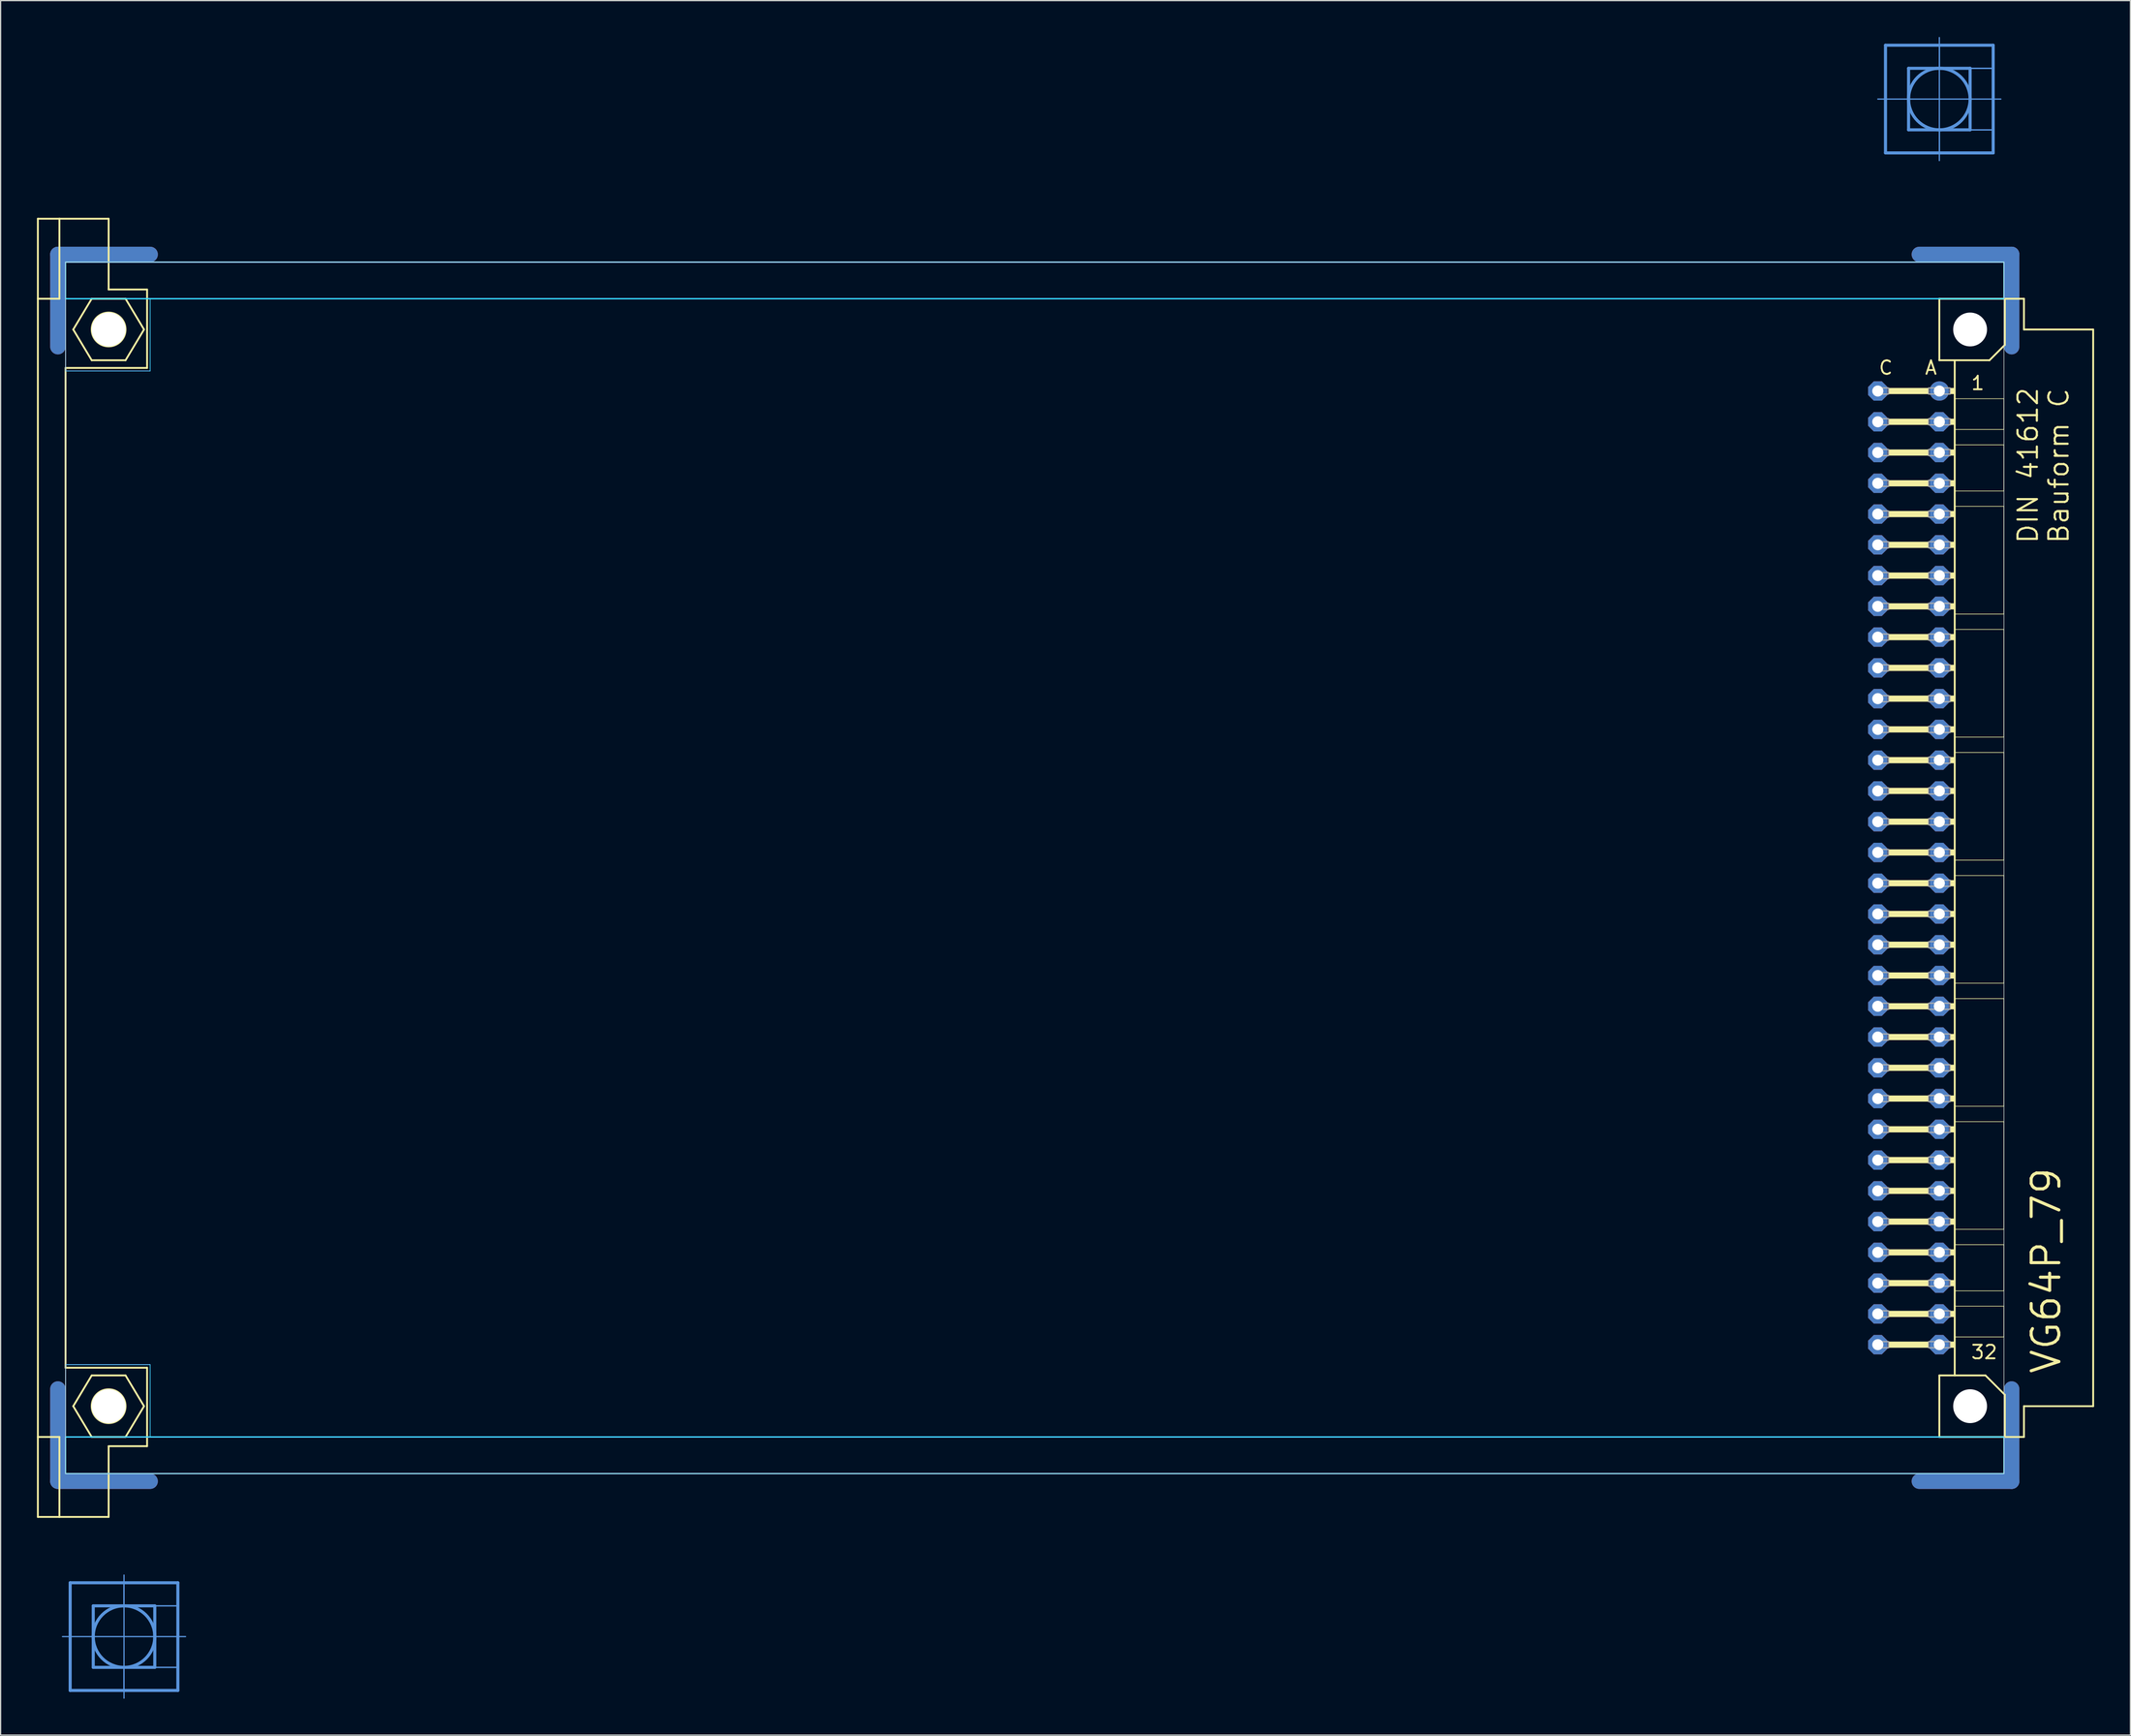
<source format=kicad_pcb>
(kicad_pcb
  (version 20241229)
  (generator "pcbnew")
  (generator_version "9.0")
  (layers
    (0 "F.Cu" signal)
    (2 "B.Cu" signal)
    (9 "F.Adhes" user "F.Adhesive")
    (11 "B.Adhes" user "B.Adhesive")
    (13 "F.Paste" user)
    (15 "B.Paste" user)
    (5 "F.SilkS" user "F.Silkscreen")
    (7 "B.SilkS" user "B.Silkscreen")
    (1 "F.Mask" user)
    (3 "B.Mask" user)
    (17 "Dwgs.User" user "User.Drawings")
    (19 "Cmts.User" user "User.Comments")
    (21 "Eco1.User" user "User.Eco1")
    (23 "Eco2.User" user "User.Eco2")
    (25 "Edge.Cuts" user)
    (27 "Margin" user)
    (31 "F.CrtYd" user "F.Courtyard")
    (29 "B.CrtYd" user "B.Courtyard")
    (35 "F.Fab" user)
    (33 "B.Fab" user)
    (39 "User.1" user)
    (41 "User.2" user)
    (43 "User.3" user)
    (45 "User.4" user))
  (footprint "VG64P_79"
    (layer "F.Cu")
    (at 2.108 68.605)
    (property "Reference" "VG64P_79" (at 165.1 41.91 90) (unlocked yes) (layer "F.SilkS") (effects (font (size 2.286 2.286) (thickness 0.254)) (justify left bottom)))
    (fp_line (start -0.381 -43.028) (end -0.381 -50.648) (stroke (width 1.27) (type solid)) (layer "F.Cu"))
    (fp_line (start -0.381 43.028) (end -0.381 50.648) (stroke (width 1.27) (type solid)) (layer "F.Cu"))
    (fp_line (start 7.239 -50.648) (end -0.381 -50.648) (stroke (width 1.27) (type solid)) (layer "F.Cu"))
    (fp_line (start 7.239 50.648) (end -0.381 50.648) (stroke (width 1.27) (type solid)) (layer "F.Cu"))
    (fp_line (start 153.289 -50.648) (end 160.909 -50.648) (stroke (width 1.27) (type solid)) (layer "F.Cu"))
    (fp_line (start 153.289 50.648) (end 160.909 50.648) (stroke (width 1.27) (type solid)) (layer "F.Cu"))
    (fp_line (start 160.909 -43.028) (end 160.909 -50.648) (stroke (width 1.27) (type solid)) (layer "F.Cu"))
    (fp_line (start 160.909 43.028) (end 160.909 50.648) (stroke (width 1.27) (type solid)) (layer "F.Cu"))
    (fp_line (start 0.254 -42.393) (end 0.254 -50.013) (stroke (width 0.152) (type solid)) (layer "F.Mask"))
    (fp_line (start 0.254 42.393) (end 0.254 50.013) (stroke (width 0.152) (type solid)) (layer "F.Mask"))
    (fp_line (start 7.874 -50.013) (end 0.254 -50.013) (stroke (width 0.152) (type solid)) (layer "F.Mask"))
    (fp_line (start 7.874 50.013) (end 0.254 50.013) (stroke (width 0.152) (type solid)) (layer "F.Mask"))
    (fp_line (start 152.654 -50.013) (end 160.274 -50.013) (stroke (width 0.152) (type solid)) (layer "F.Mask"))
    (fp_line (start 152.654 50.013) (end 160.274 50.013) (stroke (width 0.152) (type solid)) (layer "F.Mask"))
    (fp_line (start 160.274 -42.393) (end 160.274 -50.013) (stroke (width 0.152) (type solid)) (layer "F.Mask"))
    (fp_line (start 160.274 42.393) (end 160.274 50.013) (stroke (width 0.152) (type solid)) (layer "F.Mask"))
    (fp_line (start -0.381 -43.028) (end -0.381 -50.648) (stroke (width 1.27) (type solid)) (layer "B.Cu"))
    (fp_line (start -0.381 43.028) (end -0.381 50.648) (stroke (width 1.27) (type solid)) (layer "B.Cu"))
    (fp_line (start 7.239 -50.648) (end -0.381 -50.648) (stroke (width 1.27) (type solid)) (layer "B.Cu"))
    (fp_line (start 7.239 50.648) (end -0.381 50.648) (stroke (width 1.27) (type solid)) (layer "B.Cu"))
    (fp_line (start 153.289 -50.648) (end 160.909 -50.648) (stroke (width 1.27) (type solid)) (layer "B.Cu"))
    (fp_line (start 153.289 50.648) (end 160.909 50.648) (stroke (width 1.27) (type solid)) (layer "B.Cu"))
    (fp_line (start 160.909 -43.028) (end 160.909 -50.648) (stroke (width 1.27) (type solid)) (layer "B.Cu"))
    (fp_line (start 160.909 43.028) (end 160.909 50.648) (stroke (width 1.27) (type solid)) (layer "B.Cu"))
    (fp_line (start 0.254 -50.013) (end 7.874 -50.013) (stroke (width 0.152) (type solid)) (layer "B.Mask"))
    (fp_line (start 0.254 -42.393) (end 0.254 -50.013) (stroke (width 0.152) (type solid)) (layer "B.Mask"))
    (fp_line (start 0.254 50.013) (end 0.254 42.393) (stroke (width 0.152) (type solid)) (layer "B.Mask"))
    (fp_line (start 7.874 50.013) (end 0.254 50.013) (stroke (width 0.152) (type solid)) (layer "B.Mask"))
    (fp_line (start 152.654 -50.013) (end 160.274 -50.013) (stroke (width 0.152) (type solid)) (layer "B.Mask"))
    (fp_line (start 160.274 -50.013) (end 160.274 -42.393) (stroke (width 0.152) (type solid)) (layer "B.Mask"))
    (fp_line (start 160.274 42.393) (end 160.274 50.013) (stroke (width 0.152) (type solid)) (layer "B.Mask"))
    (fp_line (start 160.274 50.013) (end 152.654 50.013) (stroke (width 0.152) (type solid)) (layer "B.Mask"))
    (fp_line (start -2.032 -53.594) (end -0.254 -53.594) (stroke (width 0.152) (type solid)) (layer "F.SilkS"))
    (fp_line (start -2.032 -46.99) (end -2.032 -53.594) (stroke (width 0.152) (type solid)) (layer "F.SilkS"))
    (fp_line (start -2.032 -46.99) (end -0.254 -46.99) (stroke (width 0.152) (type solid)) (layer "F.SilkS"))
    (fp_line (start -2.032 46.99) (end -2.032 -46.99) (stroke (width 0.152) (type solid)) (layer "F.SilkS"))
    (fp_line (start -2.032 46.99) (end -0.254 46.99) (stroke (width 0.152) (type solid)) (layer "F.SilkS"))
    (fp_line (start -2.032 53.594) (end -2.032 46.99) (stroke (width 0.152) (type solid)) (layer "F.SilkS"))
    (fp_line (start -2.032 53.594) (end -0.254 53.594) (stroke (width 0.152) (type solid)) (layer "F.SilkS"))
    (fp_line (start -0.254 -53.594) (end -0.254 -46.99) (stroke (width 0.152) (type solid)) (layer "F.SilkS"))
    (fp_line (start -0.254 -53.594) (end 3.81 -53.594) (stroke (width 0.152) (type solid)) (layer "F.SilkS"))
    (fp_line (start -0.254 53.594) (end -0.254 46.99) (stroke (width 0.152) (type solid)) (layer "F.SilkS"))
    (fp_line (start -0.254 53.594) (end 3.81 53.594) (stroke (width 0.152) (type solid)) (layer "F.SilkS"))
    (fp_line (start 0.254 -41.275) (end 0.254 41.275) (stroke (width 0.152) (type solid)) (layer "F.SilkS"))
    (fp_line (start 0.254 -41.275) (end 6.985 -41.275) (stroke (width 0.152) (type solid)) (layer "F.SilkS"))
    (fp_line (start 0.254 41.275) (end 6.985 41.275) (stroke (width 0.152) (type solid)) (layer "F.SilkS"))
    (fp_line (start 0.889 -44.45) (end 2.413 -46.99) (stroke (width 0.152) (type solid)) (layer "F.SilkS"))
    (fp_line (start 0.889 44.45) (end 2.413 46.99) (stroke (width 0.152) (type solid)) (layer "F.SilkS"))
    (fp_line (start 2.413 -46.99) (end 5.207 -46.99) (stroke (width 0.152) (type solid)) (layer "F.SilkS"))
    (fp_line (start 2.413 -41.91) (end 0.889 -44.45) (stroke (width 0.152) (type solid)) (layer "F.SilkS"))
    (fp_line (start 2.413 41.91) (end 0.889 44.45) (stroke (width 0.152) (type solid)) (layer "F.SilkS"))
    (fp_line (start 2.413 46.99) (end 5.207 46.99) (stroke (width 0.152) (type solid)) (layer "F.SilkS"))
    (fp_line (start 3.81 -53.594) (end 3.81 -47.752) (stroke (width 0.152) (type solid)) (layer "F.SilkS"))
    (fp_line (start 3.81 -47.752) (end 6.985 -47.752) (stroke (width 0.152) (type solid)) (layer "F.SilkS"))
    (fp_line (start 3.81 47.752) (end 6.985 47.752) (stroke (width 0.152) (type solid)) (layer "F.SilkS"))
    (fp_line (start 3.81 53.594) (end 3.81 47.752) (stroke (width 0.152) (type solid)) (layer "F.SilkS"))
    (fp_line (start 5.207 -46.99) (end 6.731 -44.45) (stroke (width 0.152) (type solid)) (layer "F.SilkS"))
    (fp_line (start 5.207 -41.91) (end 2.413 -41.91) (stroke (width 0.152) (type solid)) (layer "F.SilkS"))
    (fp_line (start 5.207 41.91) (end 2.413 41.91) (stroke (width 0.152) (type solid)) (layer "F.SilkS"))
    (fp_line (start 5.207 46.99) (end 6.731 44.45) (stroke (width 0.152) (type solid)) (layer "F.SilkS"))
    (fp_line (start 6.731 -44.45) (end 5.207 -41.91) (stroke (width 0.152) (type solid)) (layer "F.SilkS"))
    (fp_line (start 6.731 44.45) (end 5.207 41.91) (stroke (width 0.152) (type solid)) (layer "F.SilkS"))
    (fp_line (start 6.985 -47.752) (end 6.985 -41.275) (stroke (width 0.152) (type solid)) (layer "F.SilkS"))
    (fp_line (start 6.985 47.752) (end 6.985 41.275) (stroke (width 0.152) (type solid)) (layer "F.SilkS"))
    (fp_line (start 154.94 -46.99) (end 154.94 -41.91) (stroke (width 0.152) (type solid)) (layer "F.SilkS"))
    (fp_line (start 154.94 -41.91) (end 156.21 -41.91) (stroke (width 0.152) (type solid)) (layer "F.SilkS"))
    (fp_line (start 154.94 41.91) (end 154.94 46.99) (stroke (width 0.152) (type solid)) (layer "F.SilkS"))
    (fp_line (start 154.94 41.91) (end 156.21 41.91) (stroke (width 0.152) (type solid)) (layer "F.SilkS"))
    (fp_line (start 154.94 46.99) (end 160.35 46.99) (stroke (width 0.152) (type solid)) (layer "F.SilkS"))
    (fp_line (start 156.21 -41.91) (end 156.21 -38.735) (stroke (width 0.152) (type solid)) (layer "F.SilkS"))
    (fp_line (start 156.21 -41.91) (end 159.08 -41.91) (stroke (width 0.152) (type solid)) (layer "F.SilkS"))
    (fp_line (start 156.21 -38.735) (end 156.21 -36.195) (stroke (width 0.152) (type solid)) (layer "F.SilkS"))
    (fp_line (start 156.21 -36.195) (end 156.21 -34.925) (stroke (width 0.152) (type solid)) (layer "F.SilkS"))
    (fp_line (start 156.21 -34.925) (end 156.21 -31.115) (stroke (width 0.152) (type solid)) (layer "F.SilkS"))
    (fp_line (start 156.21 -31.115) (end 156.21 -29.845) (stroke (width 0.152) (type solid)) (layer "F.SilkS"))
    (fp_line (start 156.21 -29.845) (end 156.21 -20.955) (stroke (width 0.152) (type solid)) (layer "F.SilkS"))
    (fp_line (start 156.21 -20.955) (end 156.21 -19.685) (stroke (width 0.152) (type solid)) (layer "F.SilkS"))
    (fp_line (start 156.21 -19.685) (end 156.21 -10.795) (stroke (width 0.152) (type solid)) (layer "F.SilkS"))
    (fp_line (start 156.21 -10.795) (end 156.21 -9.525) (stroke (width 0.152) (type solid)) (layer "F.SilkS"))
    (fp_line (start 156.21 -9.525) (end 156.21 -0.635) (stroke (width 0.152) (type solid)) (layer "F.SilkS"))
    (fp_line (start 156.21 -0.635) (end 156.21 0.635) (stroke (width 0.152) (type solid)) (layer "F.SilkS"))
    (fp_line (start 156.21 0.635) (end 156.21 9.525) (stroke (width 0.152) (type solid)) (layer "F.SilkS"))
    (fp_line (start 156.21 9.525) (end 156.21 10.795) (stroke (width 0.152) (type solid)) (layer "F.SilkS"))
    (fp_line (start 156.21 10.795) (end 156.21 19.685) (stroke (width 0.152) (type solid)) (layer "F.SilkS"))
    (fp_line (start 156.21 19.685) (end 156.21 20.955) (stroke (width 0.152) (type solid)) (layer "F.SilkS"))
    (fp_line (start 156.21 20.955) (end 156.21 29.845) (stroke (width 0.152) (type solid)) (layer "F.SilkS"))
    (fp_line (start 156.21 29.845) (end 156.21 31.115) (stroke (width 0.152) (type solid)) (layer "F.SilkS"))
    (fp_line (start 156.21 31.115) (end 156.21 34.925) (stroke (width 0.152) (type solid)) (layer "F.SilkS"))
    (fp_line (start 156.21 34.925) (end 156.21 36.195) (stroke (width 0.152) (type solid)) (layer "F.SilkS"))
    (fp_line (start 156.21 36.195) (end 156.21 38.735) (stroke (width 0.152) (type solid)) (layer "F.SilkS"))
    (fp_line (start 156.21 38.735) (end 156.21 41.91) (stroke (width 0.152) (type solid)) (layer "F.SilkS"))
    (fp_line (start 156.21 41.91) (end 158.75 41.91) (stroke (width 0.152) (type solid)) (layer "F.SilkS"))
    (fp_line (start 159.08 -41.91) (end 160.35 -43.18) (stroke (width 0.152) (type solid)) (layer "F.SilkS"))
    (fp_line (start 160.274 -38.735) (end 156.21 -38.735) (stroke (width 0.051) (type solid)) (layer "F.SilkS"))
    (fp_line (start 160.274 -38.735) (end 160.274 -36.195) (stroke (width 0.051) (type solid)) (layer "F.SilkS"))
    (fp_line (start 160.274 -36.195) (end 156.21 -36.195) (stroke (width 0.051) (type solid)) (layer "F.SilkS"))
    (fp_line (start 160.274 -34.925) (end 156.21 -34.925) (stroke (width 0.051) (type solid)) (layer "F.SilkS"))
    (fp_line (start 160.274 -34.925) (end 160.274 -31.115) (stroke (width 0.051) (type solid)) (layer "F.SilkS"))
    (fp_line (start 160.274 -31.115) (end 156.21 -31.115) (stroke (width 0.051) (type solid)) (layer "F.SilkS"))
    (fp_line (start 160.274 -29.845) (end 156.21 -29.845) (stroke (width 0.051) (type solid)) (layer "F.SilkS"))
    (fp_line (start 160.274 -29.845) (end 160.274 -20.955) (stroke (width 0.051) (type solid)) (layer "F.SilkS"))
    (fp_line (start 160.274 -20.955) (end 156.21 -20.955) (stroke (width 0.051) (type solid)) (layer "F.SilkS"))
    (fp_line (start 160.274 -19.685) (end 156.21 -19.685) (stroke (width 0.051) (type solid)) (layer "F.SilkS"))
    (fp_line (start 160.274 -19.685) (end 160.274 -10.795) (stroke (width 0.051) (type solid)) (layer "F.SilkS"))
    (fp_line (start 160.274 -10.795) (end 156.21 -10.795) (stroke (width 0.051) (type solid)) (layer "F.SilkS"))
    (fp_line (start 160.274 -9.525) (end 156.21 -9.525) (stroke (width 0.051) (type solid)) (layer "F.SilkS"))
    (fp_line (start 160.274 -9.525) (end 160.274 -0.635) (stroke (width 0.051) (type solid)) (layer "F.SilkS"))
    (fp_line (start 160.274 -0.635) (end 156.21 -0.635) (stroke (width 0.051) (type solid)) (layer "F.SilkS"))
    (fp_line (start 160.274 0.635) (end 156.21 0.635) (stroke (width 0.051) (type solid)) (layer "F.SilkS"))
    (fp_line (start 160.274 0.635) (end 160.274 9.525) (stroke (width 0.051) (type solid)) (layer "F.SilkS"))
    (fp_line (start 160.274 9.525) (end 156.21 9.525) (stroke (width 0.051) (type solid)) (layer "F.SilkS"))
    (fp_line (start 160.274 10.795) (end 156.21 10.795) (stroke (width 0.051) (type solid)) (layer "F.SilkS"))
    (fp_line (start 160.274 10.795) (end 160.274 19.685) (stroke (width 0.051) (type solid)) (layer "F.SilkS"))
    (fp_line (start 160.274 19.685) (end 156.21 19.685) (stroke (width 0.051) (type solid)) (layer "F.SilkS"))
    (fp_line (start 160.274 20.955) (end 156.21 20.955) (stroke (width 0.051) (type solid)) (layer "F.SilkS"))
    (fp_line (start 160.274 20.955) (end 160.274 29.845) (stroke (width 0.051) (type solid)) (layer "F.SilkS"))
    (fp_line (start 160.274 29.845) (end 156.21 29.845) (stroke (width 0.051) (type solid)) (layer "F.SilkS"))
    (fp_line (start 160.274 31.115) (end 156.21 31.115) (stroke (width 0.051) (type solid)) (layer "F.SilkS"))
    (fp_line (start 160.274 31.115) (end 160.274 34.925) (stroke (width 0.051) (type solid)) (layer "F.SilkS"))
    (fp_line (start 160.274 34.925) (end 156.21 34.925) (stroke (width 0.051) (type solid)) (layer "F.SilkS"))
    (fp_line (start 160.274 36.195) (end 156.21 36.195) (stroke (width 0.051) (type solid)) (layer "F.SilkS"))
    (fp_line (start 160.274 36.195) (end 160.274 38.735) (stroke (width 0.051) (type solid)) (layer "F.SilkS"))
    (fp_line (start 160.274 38.735) (end 156.21 38.735) (stroke (width 0.051) (type solid)) (layer "F.SilkS"))
    (fp_line (start 160.35 -46.99) (end 154.94 -46.99) (stroke (width 0.152) (type solid)) (layer "F.SilkS"))
    (fp_line (start 160.35 -43.18) (end 160.35 -46.99) (stroke (width 0.152) (type solid)) (layer "F.SilkS"))
    (fp_line (start 160.35 43.51) (end 158.75 41.91) (stroke (width 0.152) (type solid)) (layer "F.SilkS"))
    (fp_line (start 160.35 43.51) (end 160.35 46.99) (stroke (width 0.152) (type solid)) (layer "F.SilkS"))
    (fp_line (start 160.35 46.99) (end 161.925 46.99) (stroke (width 0.152) (type solid)) (layer "F.SilkS"))
    (fp_line (start 161.925 -46.99) (end 160.35 -46.99) (stroke (width 0.152) (type solid)) (layer "F.SilkS"))
    (fp_line (start 161.925 -44.45) (end 161.925 -46.99) (stroke (width 0.152) (type solid)) (layer "F.SilkS"))
    (fp_line (start 161.925 44.45) (end 167.64 44.45) (stroke (width 0.152) (type solid)) (layer "F.SilkS"))
    (fp_line (start 161.925 46.99) (end 161.925 44.45) (stroke (width 0.152) (type solid)) (layer "F.SilkS"))
    (fp_line (start 167.64 -44.45) (end 161.925 -44.45) (stroke (width 0.152) (type solid)) (layer "F.SilkS"))
    (fp_line (start 167.64 44.45) (end 167.64 -44.45) (stroke (width 0.152) (type solid)) (layer "F.SilkS"))
    (fp_circle (center 3.81 -44.45) (end 5.207 -44.45) (stroke (width 0.152) (type solid)) (fill no) (layer "F.SilkS"))
    (fp_circle (center 3.81 44.45) (end 5.207 44.45) (stroke (width 0.152) (type solid)) (fill no) (layer "F.SilkS"))
    (fp_circle (center 157.48 -44.45) (end 158.75 -44.45) (stroke (width 0.152) (type solid)) (fill no) (layer "F.SilkS"))
    (fp_circle (center 157.48 44.45) (end 158.75 44.45) (stroke (width 0.152) (type solid)) (fill no) (layer "F.SilkS"))
    (fp_poly (pts (xy 150.749 -39.116) (xy 154.051 -39.116) (xy 154.051 -39.624) (xy 150.749 -39.624)) (stroke (width 0) (type default)) (fill yes) (layer "F.SilkS"))
    (fp_poly (pts (xy 150.749 -36.576) (xy 154.051 -36.576) (xy 154.051 -37.084) (xy 150.749 -37.084)) (stroke (width 0) (type default)) (fill yes) (layer "F.SilkS"))
    (fp_poly (pts (xy 150.749 -34.036) (xy 154.051 -34.036) (xy 154.051 -34.544) (xy 150.749 -34.544)) (stroke (width 0) (type default)) (fill yes) (layer "F.SilkS"))
    (fp_poly (pts (xy 150.749 -31.496) (xy 154.051 -31.496) (xy 154.051 -32.004) (xy 150.749 -32.004)) (stroke (width 0) (type default)) (fill yes) (layer "F.SilkS"))
    (fp_poly (pts (xy 150.749 -28.956) (xy 154.051 -28.956) (xy 154.051 -29.464) (xy 150.749 -29.464)) (stroke (width 0) (type default)) (fill yes) (layer "F.SilkS"))
    (fp_poly (pts (xy 150.749 -26.416) (xy 154.051 -26.416) (xy 154.051 -26.924) (xy 150.749 -26.924)) (stroke (width 0) (type default)) (fill yes) (layer "F.SilkS"))
    (fp_poly (pts (xy 150.749 -23.876) (xy 154.051 -23.876) (xy 154.051 -24.384) (xy 150.749 -24.384)) (stroke (width 0) (type default)) (fill yes) (layer "F.SilkS"))
    (fp_poly (pts (xy 150.749 -21.336) (xy 154.051 -21.336) (xy 154.051 -21.844) (xy 150.749 -21.844)) (stroke (width 0) (type default)) (fill yes) (layer "F.SilkS"))
    (fp_poly (pts (xy 150.749 -18.796) (xy 154.051 -18.796) (xy 154.051 -19.304) (xy 150.749 -19.304)) (stroke (width 0) (type default)) (fill yes) (layer "F.SilkS"))
    (fp_poly (pts (xy 150.749 -16.256) (xy 154.051 -16.256) (xy 154.051 -16.764) (xy 150.749 -16.764)) (stroke (width 0) (type default)) (fill yes) (layer "F.SilkS"))
    (fp_poly (pts (xy 150.749 -13.716) (xy 154.051 -13.716) (xy 154.051 -14.224) (xy 150.749 -14.224)) (stroke (width 0) (type default)) (fill yes) (layer "F.SilkS"))
    (fp_poly (pts (xy 150.749 -11.176) (xy 154.051 -11.176) (xy 154.051 -11.684) (xy 150.749 -11.684)) (stroke (width 0) (type default)) (fill yes) (layer "F.SilkS"))
    (fp_poly (pts (xy 150.749 -8.636) (xy 154.051 -8.636) (xy 154.051 -9.144) (xy 150.749 -9.144)) (stroke (width 0) (type default)) (fill yes) (layer "F.SilkS"))
    (fp_poly (pts (xy 150.749 -6.096) (xy 154.051 -6.096) (xy 154.051 -6.604) (xy 150.749 -6.604)) (stroke (width 0) (type default)) (fill yes) (layer "F.SilkS"))
    (fp_poly (pts (xy 150.749 -3.556) (xy 154.051 -3.556) (xy 154.051 -4.064) (xy 150.749 -4.064)) (stroke (width 0) (type default)) (fill yes) (layer "F.SilkS"))
    (fp_poly (pts (xy 150.749 -1.016) (xy 154.051 -1.016) (xy 154.051 -1.524) (xy 150.749 -1.524)) (stroke (width 0) (type default)) (fill yes) (layer "F.SilkS"))
    (fp_poly (pts (xy 150.749 1.524) (xy 154.051 1.524) (xy 154.051 1.016) (xy 150.749 1.016)) (stroke (width 0) (type default)) (fill yes) (layer "F.SilkS"))
    (fp_poly (pts (xy 150.749 4.064) (xy 154.051 4.064) (xy 154.051 3.556) (xy 150.749 3.556)) (stroke (width 0) (type default)) (fill yes) (layer "F.SilkS"))
    (fp_poly (pts (xy 150.749 6.604) (xy 154.051 6.604) (xy 154.051 6.096) (xy 150.749 6.096)) (stroke (width 0) (type default)) (fill yes) (layer "F.SilkS"))
    (fp_poly (pts (xy 150.749 9.144) (xy 154.051 9.144) (xy 154.051 8.636) (xy 150.749 8.636)) (stroke (width 0) (type default)) (fill yes) (layer "F.SilkS"))
    (fp_poly (pts (xy 150.749 11.684) (xy 154.051 11.684) (xy 154.051 11.176) (xy 150.749 11.176)) (stroke (width 0) (type default)) (fill yes) (layer "F.SilkS"))
    (fp_poly (pts (xy 150.749 14.224) (xy 154.051 14.224) (xy 154.051 13.716) (xy 150.749 13.716)) (stroke (width 0) (type default)) (fill yes) (layer "F.SilkS"))
    (fp_poly (pts (xy 150.749 16.764) (xy 154.051 16.764) (xy 154.051 16.256) (xy 150.749 16.256)) (stroke (width 0) (type default)) (fill yes) (layer "F.SilkS"))
    (fp_poly (pts (xy 150.749 19.304) (xy 154.051 19.304) (xy 154.051 18.796) (xy 150.749 18.796)) (stroke (width 0) (type default)) (fill yes) (layer "F.SilkS"))
    (fp_poly (pts (xy 150.749 21.844) (xy 154.051 21.844) (xy 154.051 21.336) (xy 150.749 21.336)) (stroke (width 0) (type default)) (fill yes) (layer "F.SilkS"))
    (fp_poly (pts (xy 150.749 24.384) (xy 154.051 24.384) (xy 154.051 23.876) (xy 150.749 23.876)) (stroke (width 0) (type default)) (fill yes) (layer "F.SilkS"))
    (fp_poly (pts (xy 150.749 26.924) (xy 154.051 26.924) (xy 154.051 26.416) (xy 150.749 26.416)) (stroke (width 0) (type default)) (fill yes) (layer "F.SilkS"))
    (fp_poly (pts (xy 150.749 29.464) (xy 154.051 29.464) (xy 154.051 28.956) (xy 150.749 28.956)) (stroke (width 0) (type default)) (fill yes) (layer "F.SilkS"))
    (fp_poly (pts (xy 150.749 32.004) (xy 154.051 32.004) (xy 154.051 31.496) (xy 150.749 31.496)) (stroke (width 0) (type default)) (fill yes) (layer "F.SilkS"))
    (fp_poly (pts (xy 150.749 34.544) (xy 154.051 34.544) (xy 154.051 34.036) (xy 150.749 34.036)) (stroke (width 0) (type default)) (fill yes) (layer "F.SilkS"))
    (fp_poly (pts (xy 150.749 37.084) (xy 154.051 37.084) (xy 154.051 36.576) (xy 150.749 36.576)) (stroke (width 0) (type default)) (fill yes) (layer "F.SilkS"))
    (fp_poly (pts (xy 150.749 39.624) (xy 154.051 39.624) (xy 154.051 39.116) (xy 150.749 39.116)) (stroke (width 0) (type default)) (fill yes) (layer "F.SilkS"))
    (fp_poly (pts (xy 155.829 -39.116) (xy 156.21 -39.116) (xy 156.21 -39.624) (xy 155.829 -39.624)) (stroke (width 0) (type default)) (fill yes) (layer "F.SilkS"))
    (fp_poly (pts (xy 155.829 -36.576) (xy 156.21 -36.576) (xy 156.21 -37.084) (xy 155.829 -37.084)) (stroke (width 0) (type default)) (fill yes) (layer "F.SilkS"))
    (fp_poly (pts (xy 155.829 -34.036) (xy 156.21 -34.036) (xy 156.21 -34.544) (xy 155.829 -34.544)) (stroke (width 0) (type default)) (fill yes) (layer "F.SilkS"))
    (fp_poly (pts (xy 155.829 -31.496) (xy 156.21 -31.496) (xy 156.21 -32.004) (xy 155.829 -32.004)) (stroke (width 0) (type default)) (fill yes) (layer "F.SilkS"))
    (fp_poly (pts (xy 155.829 -28.956) (xy 156.21 -28.956) (xy 156.21 -29.464) (xy 155.829 -29.464)) (stroke (width 0) (type default)) (fill yes) (layer "F.SilkS"))
    (fp_poly (pts (xy 155.829 -26.416) (xy 156.21 -26.416) (xy 156.21 -26.924) (xy 155.829 -26.924)) (stroke (width 0) (type default)) (fill yes) (layer "F.SilkS"))
    (fp_poly (pts (xy 155.829 -23.876) (xy 156.21 -23.876) (xy 156.21 -24.384) (xy 155.829 -24.384)) (stroke (width 0) (type default)) (fill yes) (layer "F.SilkS"))
    (fp_poly (pts (xy 155.829 -21.336) (xy 156.21 -21.336) (xy 156.21 -21.844) (xy 155.829 -21.844)) (stroke (width 0) (type default)) (fill yes) (layer "F.SilkS"))
    (fp_poly (pts (xy 155.829 -18.796) (xy 156.21 -18.796) (xy 156.21 -19.304) (xy 155.829 -19.304)) (stroke (width 0) (type default)) (fill yes) (layer "F.SilkS"))
    (fp_poly (pts (xy 155.829 -16.256) (xy 156.21 -16.256) (xy 156.21 -16.764) (xy 155.829 -16.764)) (stroke (width 0) (type default)) (fill yes) (layer "F.SilkS"))
    (fp_poly (pts (xy 155.829 -13.716) (xy 156.21 -13.716) (xy 156.21 -14.224) (xy 155.829 -14.224)) (stroke (width 0) (type default)) (fill yes) (layer "F.SilkS"))
    (fp_poly (pts (xy 155.829 -11.176) (xy 156.21 -11.176) (xy 156.21 -11.684) (xy 155.829 -11.684)) (stroke (width 0) (type default)) (fill yes) (layer "F.SilkS"))
    (fp_poly (pts (xy 155.829 -8.636) (xy 156.21 -8.636) (xy 156.21 -9.144) (xy 155.829 -9.144)) (stroke (width 0) (type default)) (fill yes) (layer "F.SilkS"))
    (fp_poly (pts (xy 155.829 -6.096) (xy 156.21 -6.096) (xy 156.21 -6.604) (xy 155.829 -6.604)) (stroke (width 0) (type default)) (fill yes) (layer "F.SilkS"))
    (fp_poly (pts (xy 155.829 -3.556) (xy 156.21 -3.556) (xy 156.21 -4.064) (xy 155.829 -4.064)) (stroke (width 0) (type default)) (fill yes) (layer "F.SilkS"))
    (fp_poly (pts (xy 155.829 -1.016) (xy 156.21 -1.016) (xy 156.21 -1.524) (xy 155.829 -1.524)) (stroke (width 0) (type default)) (fill yes) (layer "F.SilkS"))
    (fp_poly (pts (xy 155.829 1.524) (xy 156.21 1.524) (xy 156.21 1.016) (xy 155.829 1.016)) (stroke (width 0) (type default)) (fill yes) (layer "F.SilkS"))
    (fp_poly (pts (xy 155.829 4.064) (xy 156.21 4.064) (xy 156.21 3.556) (xy 155.829 3.556)) (stroke (width 0) (type default)) (fill yes) (layer "F.SilkS"))
    (fp_poly (pts (xy 155.829 6.604) (xy 156.21 6.604) (xy 156.21 6.096) (xy 155.829 6.096)) (stroke (width 0) (type default)) (fill yes) (layer "F.SilkS"))
    (fp_poly (pts (xy 155.829 9.144) (xy 156.21 9.144) (xy 156.21 8.636) (xy 155.829 8.636)) (stroke (width 0) (type default)) (fill yes) (layer "F.SilkS"))
    (fp_poly (pts (xy 155.829 11.684) (xy 156.21 11.684) (xy 156.21 11.176) (xy 155.829 11.176)) (stroke (width 0) (type default)) (fill yes) (layer "F.SilkS"))
    (fp_poly (pts (xy 155.829 14.224) (xy 156.21 14.224) (xy 156.21 13.716) (xy 155.829 13.716)) (stroke (width 0) (type default)) (fill yes) (layer "F.SilkS"))
    (fp_poly (pts (xy 155.829 16.764) (xy 156.21 16.764) (xy 156.21 16.256) (xy 155.829 16.256)) (stroke (width 0) (type default)) (fill yes) (layer "F.SilkS"))
    (fp_poly (pts (xy 155.829 19.304) (xy 156.21 19.304) (xy 156.21 18.796) (xy 155.829 18.796)) (stroke (width 0) (type default)) (fill yes) (layer "F.SilkS"))
    (fp_poly (pts (xy 155.829 21.844) (xy 156.21 21.844) (xy 156.21 21.336) (xy 155.829 21.336)) (stroke (width 0) (type default)) (fill yes) (layer "F.SilkS"))
    (fp_poly (pts (xy 155.829 24.384) (xy 156.21 24.384) (xy 156.21 23.876) (xy 155.829 23.876)) (stroke (width 0) (type default)) (fill yes) (layer "F.SilkS"))
    (fp_poly (pts (xy 155.829 26.924) (xy 156.21 26.924) (xy 156.21 26.416) (xy 155.829 26.416)) (stroke (width 0) (type default)) (fill yes) (layer "F.SilkS"))
    (fp_poly (pts (xy 155.829 29.464) (xy 156.21 29.464) (xy 156.21 28.956) (xy 155.829 28.956)) (stroke (width 0) (type default)) (fill yes) (layer "F.SilkS"))
    (fp_poly (pts (xy 155.829 32.004) (xy 156.21 32.004) (xy 156.21 31.496) (xy 155.829 31.496)) (stroke (width 0) (type default)) (fill yes) (layer "F.SilkS"))
    (fp_poly (pts (xy 155.829 34.544) (xy 156.21 34.544) (xy 156.21 34.036) (xy 155.829 34.036)) (stroke (width 0) (type default)) (fill yes) (layer "F.SilkS"))
    (fp_poly (pts (xy 155.829 37.084) (xy 156.21 37.084) (xy 156.21 36.576) (xy 155.829 36.576)) (stroke (width 0) (type default)) (fill yes) (layer "F.SilkS"))
    (fp_poly (pts (xy 155.829 39.624) (xy 156.21 39.624) (xy 156.21 39.116) (xy 155.829 39.116)) (stroke (width 0) (type default)) (fill yes) (layer "F.SilkS"))
    (fp_line (start 0 63.475) (end 0.635 63.475) (stroke (width 0.102) (type solid)) (layer "Cmts.User"))
    (fp_line (start 0.635 59.03) (end 9.525 59.03) (stroke (width 0.254) (type solid)) (layer "Cmts.User"))
    (fp_line (start 0.635 63.475) (end 0.635 59.03) (stroke (width 0.254) (type solid)) (layer "Cmts.User"))
    (fp_line (start 0.635 63.475) (end 10.16 63.475) (stroke (width 0.102) (type solid)) (layer "Cmts.User"))
    (fp_line (start 0.635 67.92) (end 0.635 63.475) (stroke (width 0.254) (type solid)) (layer "Cmts.User"))
    (fp_line (start 2.54 60.935) (end 2.54 66.015) (stroke (width 0.254) (type solid)) (layer "Cmts.User"))
    (fp_line (start 2.54 66.015) (end 7.62 66.015) (stroke (width 0.254) (type solid)) (layer "Cmts.User"))
    (fp_line (start 5.08 68.555) (end 5.08 58.395) (stroke (width 0.102) (type solid)) (layer "Cmts.User"))
    (fp_line (start 7.62 60.935) (end 2.54 60.935) (stroke (width 0.254) (type solid)) (layer "Cmts.User"))
    (fp_line (start 7.62 66.015) (end 7.62 60.935) (stroke (width 0.254) (type solid)) (layer "Cmts.User"))
    (fp_line (start 9.525 59.03) (end 9.525 67.92) (stroke (width 0.254) (type solid)) (layer "Cmts.User"))
    (fp_line (start 9.525 67.92) (end 0.635 67.92) (stroke (width 0.254) (type solid)) (layer "Cmts.User"))
    (fp_line (start 149.86 -63.475) (end 150.495 -63.475) (stroke (width 0.102) (type solid)) (layer "Cmts.User"))
    (fp_line (start 150.495 -67.92) (end 159.385 -67.92) (stroke (width 0.254) (type solid)) (layer "Cmts.User"))
    (fp_line (start 150.495 -63.475) (end 150.495 -67.92) (stroke (width 0.254) (type solid)) (layer "Cmts.User"))
    (fp_line (start 150.495 -63.475) (end 160.02 -63.475) (stroke (width 0.102) (type solid)) (layer "Cmts.User"))
    (fp_line (start 150.495 -59.03) (end 150.495 -63.475) (stroke (width 0.254) (type solid)) (layer "Cmts.User"))
    (fp_line (start 152.4 -66.015) (end 152.4 -60.935) (stroke (width 0.254) (type solid)) (layer "Cmts.User"))
    (fp_line (start 152.4 -60.935) (end 157.48 -60.935) (stroke (width 0.254) (type solid)) (layer "Cmts.User"))
    (fp_line (start 154.94 -58.395) (end 154.94 -68.555) (stroke (width 0.102) (type solid)) (layer "Cmts.User"))
    (fp_line (start 157.48 -66.015) (end 152.4 -66.015) (stroke (width 0.254) (type solid)) (layer "Cmts.User"))
    (fp_line (start 157.48 -60.935) (end 157.48 -66.015) (stroke (width 0.254) (type solid)) (layer "Cmts.User"))
    (fp_line (start 159.385 -67.92) (end 159.385 -59.03) (stroke (width 0.254) (type solid)) (layer "Cmts.User"))
    (fp_line (start 159.385 -59.03) (end 150.495 -59.03) (stroke (width 0.254) (type solid)) (layer "Cmts.User"))
    (fp_circle (center 5.08 63.475) (end 7.62 63.475) (stroke (width 0.254) (type solid)) (fill no) (layer "Cmts.User"))
    (fp_circle (center 154.94 -63.475) (end 157.48 -63.475) (stroke (width 0.254) (type solid)) (fill no) (layer "Cmts.User"))
    (fp_poly (pts (xy 5.08 60.935) (xy 9.525 60.935) (xy 9.525 59.03) (xy 5.08 59.03)) (stroke (width 0.1) (type default)) (fill no) (layer "Cmts.User"))
    (fp_poly (pts (xy 5.08 67.92) (xy 9.525 67.92) (xy 9.525 66.015) (xy 5.08 66.015)) (stroke (width 0.1) (type default)) (fill no) (layer "Cmts.User"))
    (fp_poly (pts (xy 7.62 66.015) (xy 9.525 66.015) (xy 9.525 60.935) (xy 7.62 60.935)) (stroke (width 0.1) (type default)) (fill no) (layer "Cmts.User"))
    (fp_poly (pts (xy 154.94 -66.015) (xy 159.385 -66.015) (xy 159.385 -67.92) (xy 154.94 -67.92)) (stroke (width 0.1) (type default)) (fill no) (layer "Cmts.User"))
    (fp_poly (pts (xy 154.94 -59.03) (xy 159.385 -59.03) (xy 159.385 -60.935) (xy 154.94 -60.935)) (stroke (width 0.1) (type default)) (fill no) (layer "Cmts.User"))
    (fp_poly (pts (xy 157.48 -60.935) (xy 159.385 -60.935) (xy 159.385 -66.015) (xy 157.48 -66.015)) (stroke (width 0.1) (type default)) (fill no) (layer "Cmts.User"))
    (fp_line (start 0.254 -50.013) (end 0.254 50.013) (stroke (width 0.05) (type solid)) (layer "Edge.Cuts"))
    (fp_line (start 0.254 50.013) (end 160.274 50.013) (stroke (width 0.05) (type solid)) (layer "Edge.Cuts"))
    (fp_line (start 160.274 -50.013) (end 0.254 -50.013) (stroke (width 0.05) (type solid)) (layer "Edge.Cuts"))
    (fp_line (start 160.274 50.013) (end 160.274 -50.013) (stroke (width 0.05) (type solid)) (layer "Edge.Cuts"))
    (fp_line (start 0.254 -41.021) (end 0.254 -50.013) (stroke (width 0.051) (type solid)) (layer "B.CrtYd"))
    (fp_line (start 0.254 -41.021) (end 7.239 -41.021) (stroke (width 0.051) (type solid)) (layer "B.CrtYd"))
    (fp_line (start 0.254 41.021) (end 0.254 50.013) (stroke (width 0.051) (type solid)) (layer "B.CrtYd"))
    (fp_line (start 0.254 41.021) (end 7.239 41.021) (stroke (width 0.051) (type solid)) (layer "B.CrtYd"))
    (fp_line (start 7.239 -46.99) (end 7.239 -41.021) (stroke (width 0.051) (type solid)) (layer "B.CrtYd"))
    (fp_line (start 7.239 46.99) (end 7.239 41.021) (stroke (width 0.051) (type solid)) (layer "B.CrtYd"))
    (fp_line (start 160.274 -50.013) (end 160.274 -46.99) (stroke (width 0.051) (type solid)) (layer "B.CrtYd"))
    (fp_line (start 160.274 50.013) (end 160.274 46.99) (stroke (width 0.051) (type solid)) (layer "B.CrtYd"))
    (fp_poly (pts (xy 0.254 -46.99) (xy 160.274 -46.99) (xy 160.274 -50.013) (xy 0.254 -50.013)) (stroke (width 0.1) (type default)) (fill no) (layer "B.CrtYd"))
    (fp_poly (pts (xy 0.254 50.013) (xy 160.274 50.013) (xy 160.274 46.99) (xy 0.254 46.99)) (stroke (width 0.1) (type default)) (fill no) (layer "B.CrtYd"))
    (fp_line (start 0.254 -41.021) (end 0.254 -50.013) (stroke (width 0.051) (type solid)) (layer "F.CrtYd"))
    (fp_line (start 0.254 -41.021) (end 7.239 -41.021) (stroke (width 0.051) (type solid)) (layer "F.CrtYd"))
    (fp_line (start 0.254 41.021) (end 0.254 50.013) (stroke (width 0.051) (type solid)) (layer "F.CrtYd"))
    (fp_line (start 0.254 41.021) (end 7.239 41.021) (stroke (width 0.051) (type solid)) (layer "F.CrtYd"))
    (fp_line (start 7.239 -46.99) (end 7.239 -41.021) (stroke (width 0.051) (type solid)) (layer "F.CrtYd"))
    (fp_line (start 7.239 46.99) (end 7.239 41.021) (stroke (width 0.051) (type solid)) (layer "F.CrtYd"))
    (fp_line (start 160.274 -50.013) (end 160.274 -46.99) (stroke (width 0.051) (type solid)) (layer "F.CrtYd"))
    (fp_line (start 160.274 50.013) (end 160.274 46.99) (stroke (width 0.051) (type solid)) (layer "F.CrtYd"))
    (fp_poly (pts (xy 0.254 -46.99) (xy 160.274 -46.99) (xy 160.274 -50.013) (xy 0.254 -50.013)) (stroke (width 0.1) (type default)) (fill no) (layer "F.CrtYd"))
    (fp_poly (pts (xy 0.254 50.013) (xy 160.274 50.013) (xy 160.274 46.99) (xy 0.254 46.99)) (stroke (width 0.1) (type default)) (fill no) (layer "F.CrtYd"))
    (fp_poly (pts (xy 149.606 -39.116) (xy 150.749 -39.116) (xy 150.749 -39.624) (xy 149.606 -39.624)) (stroke (width 0.1) (type default)) (fill no) (layer "F.Fab"))
    (fp_poly (pts (xy 149.606 -36.576) (xy 150.749 -36.576) (xy 150.749 -37.084) (xy 149.606 -37.084)) (stroke (width 0.1) (type default)) (fill no) (layer "F.Fab"))
    (fp_poly (pts (xy 149.606 -34.036) (xy 150.749 -34.036) (xy 150.749 -34.544) (xy 149.606 -34.544)) (stroke (width 0.1) (type default)) (fill no) (layer "F.Fab"))
    (fp_poly (pts (xy 149.606 -31.496) (xy 150.749 -31.496) (xy 150.749 -32.004) (xy 149.606 -32.004)) (stroke (width 0.1) (type default)) (fill no) (layer "F.Fab"))
    (fp_poly (pts (xy 149.606 -28.956) (xy 150.749 -28.956) (xy 150.749 -29.464) (xy 149.606 -29.464)) (stroke (width 0.1) (type default)) (fill no) (layer "F.Fab"))
    (fp_poly (pts (xy 149.606 -26.416) (xy 150.749 -26.416) (xy 150.749 -26.924) (xy 149.606 -26.924)) (stroke (width 0.1) (type default)) (fill no) (layer "F.Fab"))
    (fp_poly (pts (xy 149.606 -23.876) (xy 150.749 -23.876) (xy 150.749 -24.384) (xy 149.606 -24.384)) (stroke (width 0.1) (type default)) (fill no) (layer "F.Fab"))
    (fp_poly (pts (xy 149.606 -21.336) (xy 150.749 -21.336) (xy 150.749 -21.844) (xy 149.606 -21.844)) (stroke (width 0.1) (type default)) (fill no) (layer "F.Fab"))
    (fp_poly (pts (xy 149.606 -18.796) (xy 150.749 -18.796) (xy 150.749 -19.304) (xy 149.606 -19.304)) (stroke (width 0.1) (type default)) (fill no) (layer "F.Fab"))
    (fp_poly (pts (xy 149.606 -16.256) (xy 150.749 -16.256) (xy 150.749 -16.764) (xy 149.606 -16.764)) (stroke (width 0.1) (type default)) (fill no) (layer "F.Fab"))
    (fp_poly (pts (xy 149.606 -13.716) (xy 150.749 -13.716) (xy 150.749 -14.224) (xy 149.606 -14.224)) (stroke (width 0.1) (type default)) (fill no) (layer "F.Fab"))
    (fp_poly (pts (xy 149.606 -11.176) (xy 150.749 -11.176) (xy 150.749 -11.684) (xy 149.606 -11.684)) (stroke (width 0.1) (type default)) (fill no) (layer "F.Fab"))
    (fp_poly (pts (xy 149.606 -8.636) (xy 150.749 -8.636) (xy 150.749 -9.144) (xy 149.606 -9.144)) (stroke (width 0.1) (type default)) (fill no) (layer "F.Fab"))
    (fp_poly (pts (xy 149.606 -6.096) (xy 150.749 -6.096) (xy 150.749 -6.604) (xy 149.606 -6.604)) (stroke (width 0.1) (type default)) (fill no) (layer "F.Fab"))
    (fp_poly (pts (xy 149.606 -3.556) (xy 150.749 -3.556) (xy 150.749 -4.064) (xy 149.606 -4.064)) (stroke (width 0.1) (type default)) (fill no) (layer "F.Fab"))
    (fp_poly (pts (xy 149.606 -1.016) (xy 150.749 -1.016) (xy 150.749 -1.524) (xy 149.606 -1.524)) (stroke (width 0.1) (type default)) (fill no) (layer "F.Fab"))
    (fp_poly (pts (xy 149.606 1.524) (xy 150.749 1.524) (xy 150.749 1.016) (xy 149.606 1.016)) (stroke (width 0.1) (type default)) (fill no) (layer "F.Fab"))
    (fp_poly (pts (xy 149.606 4.064) (xy 150.749 4.064) (xy 150.749 3.556) (xy 149.606 3.556)) (stroke (width 0.1) (type default)) (fill no) (layer "F.Fab"))
    (fp_poly (pts (xy 149.606 6.604) (xy 150.749 6.604) (xy 150.749 6.096) (xy 149.606 6.096)) (stroke (width 0.1) (type default)) (fill no) (layer "F.Fab"))
    (fp_poly (pts (xy 149.606 9.144) (xy 150.749 9.144) (xy 150.749 8.636) (xy 149.606 8.636)) (stroke (width 0.1) (type default)) (fill no) (layer "F.Fab"))
    (fp_poly (pts (xy 149.606 11.684) (xy 150.749 11.684) (xy 150.749 11.176) (xy 149.606 11.176)) (stroke (width 0.1) (type default)) (fill no) (layer "F.Fab"))
    (fp_poly (pts (xy 149.606 14.224) (xy 150.749 14.224) (xy 150.749 13.716) (xy 149.606 13.716)) (stroke (width 0.1) (type default)) (fill no) (layer "F.Fab"))
    (fp_poly (pts (xy 149.606 16.764) (xy 150.749 16.764) (xy 150.749 16.256) (xy 149.606 16.256)) (stroke (width 0.1) (type default)) (fill no) (layer "F.Fab"))
    (fp_poly (pts (xy 149.606 19.304) (xy 150.749 19.304) (xy 150.749 18.796) (xy 149.606 18.796)) (stroke (width 0.1) (type default)) (fill no) (layer "F.Fab"))
    (fp_poly (pts (xy 149.606 21.844) (xy 150.749 21.844) (xy 150.749 21.336) (xy 149.606 21.336)) (stroke (width 0.1) (type default)) (fill no) (layer "F.Fab"))
    (fp_poly (pts (xy 149.606 24.384) (xy 150.749 24.384) (xy 150.749 23.876) (xy 149.606 23.876)) (stroke (width 0.1) (type default)) (fill no) (layer "F.Fab"))
    (fp_poly (pts (xy 149.606 26.924) (xy 150.749 26.924) (xy 150.749 26.416) (xy 149.606 26.416)) (stroke (width 0.1) (type default)) (fill no) (layer "F.Fab"))
    (fp_poly (pts (xy 149.606 29.464) (xy 150.749 29.464) (xy 150.749 28.956) (xy 149.606 28.956)) (stroke (width 0.1) (type default)) (fill no) (layer "F.Fab"))
    (fp_poly (pts (xy 149.606 32.004) (xy 150.749 32.004) (xy 150.749 31.496) (xy 149.606 31.496)) (stroke (width 0.1) (type default)) (fill no) (layer "F.Fab"))
    (fp_poly (pts (xy 149.606 34.544) (xy 150.749 34.544) (xy 150.749 34.036) (xy 149.606 34.036)) (stroke (width 0.1) (type default)) (fill no) (layer "F.Fab"))
    (fp_poly (pts (xy 149.606 37.084) (xy 150.749 37.084) (xy 150.749 36.576) (xy 149.606 36.576)) (stroke (width 0.1) (type default)) (fill no) (layer "F.Fab"))
    (fp_poly (pts (xy 149.606 39.624) (xy 150.749 39.624) (xy 150.749 39.116) (xy 149.606 39.116)) (stroke (width 0.1) (type default)) (fill no) (layer "F.Fab"))
    (fp_poly (pts (xy 154.051 -39.116) (xy 155.829 -39.116) (xy 155.829 -39.624) (xy 154.051 -39.624)) (stroke (width 0.1) (type default)) (fill no) (layer "F.Fab"))
    (fp_poly (pts (xy 154.051 -36.576) (xy 155.829 -36.576) (xy 155.829 -37.084) (xy 154.051 -37.084)) (stroke (width 0.1) (type default)) (fill no) (layer "F.Fab"))
    (fp_poly (pts (xy 154.051 -34.036) (xy 155.829 -34.036) (xy 155.829 -34.544) (xy 154.051 -34.544)) (stroke (width 0.1) (type default)) (fill no) (layer "F.Fab"))
    (fp_poly (pts (xy 154.051 -31.496) (xy 155.829 -31.496) (xy 155.829 -32.004) (xy 154.051 -32.004)) (stroke (width 0.1) (type default)) (fill no) (layer "F.Fab"))
    (fp_poly (pts (xy 154.051 -28.956) (xy 155.829 -28.956) (xy 155.829 -29.464) (xy 154.051 -29.464)) (stroke (width 0.1) (type default)) (fill no) (layer "F.Fab"))
    (fp_poly (pts (xy 154.051 -26.416) (xy 155.829 -26.416) (xy 155.829 -26.924) (xy 154.051 -26.924)) (stroke (width 0.1) (type default)) (fill no) (layer "F.Fab"))
    (fp_poly (pts (xy 154.051 -23.876) (xy 155.829 -23.876) (xy 155.829 -24.384) (xy 154.051 -24.384)) (stroke (width 0.1) (type default)) (fill no) (layer "F.Fab"))
    (fp_poly (pts (xy 154.051 -21.336) (xy 155.829 -21.336) (xy 155.829 -21.844) (xy 154.051 -21.844)) (stroke (width 0.1) (type default)) (fill no) (layer "F.Fab"))
    (fp_poly (pts (xy 154.051 -18.796) (xy 155.829 -18.796) (xy 155.829 -19.304) (xy 154.051 -19.304)) (stroke (width 0.1) (type default)) (fill no) (layer "F.Fab"))
    (fp_poly (pts (xy 154.051 -16.256) (xy 155.829 -16.256) (xy 155.829 -16.764) (xy 154.051 -16.764)) (stroke (width 0.1) (type default)) (fill no) (layer "F.Fab"))
    (fp_poly (pts (xy 154.051 -13.716) (xy 155.829 -13.716) (xy 155.829 -14.224) (xy 154.051 -14.224)) (stroke (width 0.1) (type default)) (fill no) (layer "F.Fab"))
    (fp_poly (pts (xy 154.051 -11.176) (xy 155.829 -11.176) (xy 155.829 -11.684) (xy 154.051 -11.684)) (stroke (width 0.1) (type default)) (fill no) (layer "F.Fab"))
    (fp_poly (pts (xy 154.051 -8.636) (xy 155.829 -8.636) (xy 155.829 -9.144) (xy 154.051 -9.144)) (stroke (width 0.1) (type default)) (fill no) (layer "F.Fab"))
    (fp_poly (pts (xy 154.051 -6.096) (xy 155.829 -6.096) (xy 155.829 -6.604) (xy 154.051 -6.604)) (stroke (width 0.1) (type default)) (fill no) (layer "F.Fab"))
    (fp_poly (pts (xy 154.051 -3.556) (xy 155.829 -3.556) (xy 155.829 -4.064) (xy 154.051 -4.064)) (stroke (width 0.1) (type default)) (fill no) (layer "F.Fab"))
    (fp_poly (pts (xy 154.051 -1.016) (xy 155.829 -1.016) (xy 155.829 -1.524) (xy 154.051 -1.524)) (stroke (width 0.1) (type default)) (fill no) (layer "F.Fab"))
    (fp_poly (pts (xy 154.051 1.524) (xy 155.829 1.524) (xy 155.829 1.016) (xy 154.051 1.016)) (stroke (width 0.1) (type default)) (fill no) (layer "F.Fab"))
    (fp_poly (pts (xy 154.051 4.064) (xy 155.829 4.064) (xy 155.829 3.556) (xy 154.051 3.556)) (stroke (width 0.1) (type default)) (fill no) (layer "F.Fab"))
    (fp_poly (pts (xy 154.051 6.604) (xy 155.829 6.604) (xy 155.829 6.096) (xy 154.051 6.096)) (stroke (width 0.1) (type default)) (fill no) (layer "F.Fab"))
    (fp_poly (pts (xy 154.051 9.144) (xy 155.829 9.144) (xy 155.829 8.636) (xy 154.051 8.636)) (stroke (width 0.1) (type default)) (fill no) (layer "F.Fab"))
    (fp_poly (pts (xy 154.051 11.684) (xy 155.829 11.684) (xy 155.829 11.176) (xy 154.051 11.176)) (stroke (width 0.1) (type default)) (fill no) (layer "F.Fab"))
    (fp_poly (pts (xy 154.051 14.224) (xy 155.829 14.224) (xy 155.829 13.716) (xy 154.051 13.716)) (stroke (width 0.1) (type default)) (fill no) (layer "F.Fab"))
    (fp_poly (pts (xy 154.051 16.764) (xy 155.829 16.764) (xy 155.829 16.256) (xy 154.051 16.256)) (stroke (width 0.1) (type default)) (fill no) (layer "F.Fab"))
    (fp_poly (pts (xy 154.051 19.304) (xy 155.829 19.304) (xy 155.829 18.796) (xy 154.051 18.796)) (stroke (width 0.1) (type default)) (fill no) (layer "F.Fab"))
    (fp_poly (pts (xy 154.051 21.844) (xy 155.829 21.844) (xy 155.829 21.336) (xy 154.051 21.336)) (stroke (width 0.1) (type default)) (fill no) (layer "F.Fab"))
    (fp_poly (pts (xy 154.051 24.384) (xy 155.829 24.384) (xy 155.829 23.876) (xy 154.051 23.876)) (stroke (width 0.1) (type default)) (fill no) (layer "F.Fab"))
    (fp_poly (pts (xy 154.051 26.924) (xy 155.829 26.924) (xy 155.829 26.416) (xy 154.051 26.416)) (stroke (width 0.1) (type default)) (fill no) (layer "F.Fab"))
    (fp_poly (pts (xy 154.051 29.464) (xy 155.829 29.464) (xy 155.829 28.956) (xy 154.051 28.956)) (stroke (width 0.1) (type default)) (fill no) (layer "F.Fab"))
    (fp_poly (pts (xy 154.051 32.004) (xy 155.829 32.004) (xy 155.829 31.496) (xy 154.051 31.496)) (stroke (width 0.1) (type default)) (fill no) (layer "F.Fab"))
    (fp_poly (pts (xy 154.051 34.544) (xy 155.829 34.544) (xy 155.829 34.036) (xy 154.051 34.036)) (stroke (width 0.1) (type default)) (fill no) (layer "F.Fab"))
    (fp_poly (pts (xy 154.051 37.084) (xy 155.829 37.084) (xy 155.829 36.576) (xy 154.051 36.576)) (stroke (width 0.1) (type default)) (fill no) (layer "F.Fab"))
    (fp_poly (pts (xy 154.051 39.624) (xy 155.829 39.624) (xy 155.829 39.116) (xy 154.051 39.116)) (stroke (width 0.1) (type default)) (fill no) (layer "F.Fab"))
    (fp_text user "1" (at 157.48 -39.37 0) (unlocked yes) (layer "F.SilkS") (effects (font (size 1.118 1.118) (thickness 0.152)) (justify left bottom)))
    (fp_text user "32" (at 157.48 40.64 0) (unlocked yes) (layer "F.SilkS") (effects (font (size 1.118 1.118) (thickness 0.152)) (justify left bottom)))
    (fp_text user "DIN 41612" (at 163.195 -26.67 90) (unlocked yes) (layer "F.SilkS") (effects (font (size 1.6 1.6) (thickness 0.178)) (justify left bottom)))
    (fp_text user "A" (at 153.67 -40.64 0) (unlocked yes) (layer "F.SilkS") (effects (font (size 1.118 1.118) (thickness 0.152)) (justify left bottom)))
    (fp_text user "Bauform C" (at 165.735 -26.67 90) (unlocked yes) (layer "F.SilkS") (effects (font (size 1.6 1.6) (thickness 0.178)) (justify left bottom)))
    (fp_text user "C" (at 149.86 -40.64 0) (unlocked yes) (layer "F.SilkS") (effects (font (size 1.118 1.118) (thickness 0.152)) (justify left bottom)))
    (pad "" np_thru_hole circle (at 3.81 -44.45) (size 2.794 2.794) (drill 2.794) (layers "*.Cu" "*.Mask"))
    (pad "" np_thru_hole circle (at 3.81 44.45) (size 2.794 2.794) (drill 2.794) (layers "*.Cu" "*.Mask"))
    (pad "" np_thru_hole circle (at 157.48 -44.45) (size 2.794 2.794) (drill 2.794) (layers "*.Cu" "*.Mask"))
    (pad "" np_thru_hole circle (at 157.48 44.45) (size 2.794 2.794) (drill 2.794) (layers "*.Cu" "*.Mask"))
    (pad "A1" thru_hole circle (at 154.94 -39.37) (size 1.6 1.6) (drill 0.914) (layers "*.Cu" "*.Mask"))
    (pad "A2" thru_hole roundrect (at 154.94 -36.83) (size 1.6 1.6) (drill 0.914) (layers "*.Cu" "*.Mask") (roundrect_rratio 0.25) (chamfer_ratio 0.293) (chamfer top_left top_right bottom_left bottom_right))
    (pad "A3" thru_hole roundrect (at 154.94 -34.29) (size 1.6 1.6) (drill 0.914) (layers "*.Cu" "*.Mask") (roundrect_rratio 0.25) (chamfer_ratio 0.293) (chamfer top_left top_right bottom_left bottom_right))
    (pad "A4" thru_hole roundrect (at 154.94 -31.75) (size 1.6 1.6) (drill 0.914) (layers "*.Cu" "*.Mask") (roundrect_rratio 0.25) (chamfer_ratio 0.293) (chamfer top_left top_right bottom_left bottom_right))
    (pad "A5" thru_hole roundrect (at 154.94 -29.21) (size 1.6 1.6) (drill 0.914) (layers "*.Cu" "*.Mask") (roundrect_rratio 0.25) (chamfer_ratio 0.293) (chamfer top_left top_right bottom_left bottom_right))
    (pad "A6" thru_hole roundrect (at 154.94 -26.67) (size 1.6 1.6) (drill 0.914) (layers "*.Cu" "*.Mask") (roundrect_rratio 0.25) (chamfer_ratio 0.293) (chamfer top_left top_right bottom_left bottom_right))
    (pad "A7" thru_hole roundrect (at 154.94 -24.13) (size 1.6 1.6) (drill 0.914) (layers "*.Cu" "*.Mask") (roundrect_rratio 0.25) (chamfer_ratio 0.293) (chamfer top_left top_right bottom_left bottom_right))
    (pad "A8" thru_hole roundrect (at 154.94 -21.59) (size 1.6 1.6) (drill 0.914) (layers "*.Cu" "*.Mask") (roundrect_rratio 0.25) (chamfer_ratio 0.293) (chamfer top_left top_right bottom_left bottom_right))
    (pad "A9" thru_hole roundrect (at 154.94 -19.05) (size 1.6 1.6) (drill 0.914) (layers "*.Cu" "*.Mask") (roundrect_rratio 0.25) (chamfer_ratio 0.293) (chamfer top_left top_right bottom_left bottom_right))
    (pad "A10" thru_hole roundrect (at 154.94 -16.51) (size 1.6 1.6) (drill 0.914) (layers "*.Cu" "*.Mask") (roundrect_rratio 0.25) (chamfer_ratio 0.293) (chamfer top_left top_right bottom_left bottom_right))
    (pad "A11" thru_hole roundrect (at 154.94 -13.97) (size 1.6 1.6) (drill 0.914) (layers "*.Cu" "*.Mask") (roundrect_rratio 0.25) (chamfer_ratio 0.293) (chamfer top_left top_right bottom_left bottom_right))
    (pad "A12" thru_hole roundrect (at 154.94 -11.43) (size 1.6 1.6) (drill 0.914) (layers "*.Cu" "*.Mask") (roundrect_rratio 0.25) (chamfer_ratio 0.293) (chamfer top_left top_right bottom_left bottom_right))
    (pad "A13" thru_hole roundrect (at 154.94 -8.89) (size 1.6 1.6) (drill 0.914) (layers "*.Cu" "*.Mask") (roundrect_rratio 0.25) (chamfer_ratio 0.293) (chamfer top_left top_right bottom_left bottom_right))
    (pad "A14" thru_hole roundrect (at 154.94 -6.35) (size 1.6 1.6) (drill 0.914) (layers "*.Cu" "*.Mask") (roundrect_rratio 0.25) (chamfer_ratio 0.293) (chamfer top_left top_right bottom_left bottom_right))
    (pad "A15" thru_hole roundrect (at 154.94 -3.81) (size 1.6 1.6) (drill 0.914) (layers "*.Cu" "*.Mask") (roundrect_rratio 0.25) (chamfer_ratio 0.293) (chamfer top_left top_right bottom_left bottom_right))
    (pad "A16" thru_hole roundrect (at 154.94 -1.27) (size 1.6 1.6) (drill 0.914) (layers "*.Cu" "*.Mask") (roundrect_rratio 0.25) (chamfer_ratio 0.293) (chamfer top_left top_right bottom_left bottom_right))
    (pad "A17" thru_hole roundrect (at 154.94 1.27) (size 1.6 1.6) (drill 0.914) (layers "*.Cu" "*.Mask") (roundrect_rratio 0.25) (chamfer_ratio 0.293) (chamfer top_left top_right bottom_left bottom_right))
    (pad "A18" thru_hole roundrect (at 154.94 3.81) (size 1.6 1.6) (drill 0.914) (layers "*.Cu" "*.Mask") (roundrect_rratio 0.25) (chamfer_ratio 0.293) (chamfer top_left top_right bottom_left bottom_right))
    (pad "A19" thru_hole roundrect (at 154.94 6.35) (size 1.6 1.6) (drill 0.914) (layers "*.Cu" "*.Mask") (roundrect_rratio 0.25) (chamfer_ratio 0.293) (chamfer top_left top_right bottom_left bottom_right))
    (pad "A20" thru_hole roundrect (at 154.94 8.89) (size 1.6 1.6) (drill 0.914) (layers "*.Cu" "*.Mask") (roundrect_rratio 0.25) (chamfer_ratio 0.293) (chamfer top_left top_right bottom_left bottom_right))
    (pad "A21" thru_hole roundrect (at 154.94 11.43) (size 1.6 1.6) (drill 0.914) (layers "*.Cu" "*.Mask") (roundrect_rratio 0.25) (chamfer_ratio 0.293) (chamfer top_left top_right bottom_left bottom_right))
    (pad "A22" thru_hole roundrect (at 154.94 13.97) (size 1.6 1.6) (drill 0.914) (layers "*.Cu" "*.Mask") (roundrect_rratio 0.25) (chamfer_ratio 0.293) (chamfer top_left top_right bottom_left bottom_right))
    (pad "A23" thru_hole roundrect (at 154.94 16.51) (size 1.6 1.6) (drill 0.914) (layers "*.Cu" "*.Mask") (roundrect_rratio 0.25) (chamfer_ratio 0.293) (chamfer top_left top_right bottom_left bottom_right))
    (pad "A24" thru_hole roundrect (at 154.94 19.05) (size 1.6 1.6) (drill 0.914) (layers "*.Cu" "*.Mask") (roundrect_rratio 0.25) (chamfer_ratio 0.293) (chamfer top_left top_right bottom_left bottom_right))
    (pad "A25" thru_hole roundrect (at 154.94 21.59) (size 1.6 1.6) (drill 0.914) (layers "*.Cu" "*.Mask") (roundrect_rratio 0.25) (chamfer_ratio 0.293) (chamfer top_left top_right bottom_left bottom_right))
    (pad "A26" thru_hole roundrect (at 154.94 24.13) (size 1.6 1.6) (drill 0.914) (layers "*.Cu" "*.Mask") (roundrect_rratio 0.25) (chamfer_ratio 0.293) (chamfer top_left top_right bottom_left bottom_right))
    (pad "A27" thru_hole roundrect (at 154.94 26.67) (size 1.6 1.6) (drill 0.914) (layers "*.Cu" "*.Mask") (roundrect_rratio 0.25) (chamfer_ratio 0.293) (chamfer top_left top_right bottom_left bottom_right))
    (pad "A28" thru_hole roundrect (at 154.94 29.21) (size 1.6 1.6) (drill 0.914) (layers "*.Cu" "*.Mask") (roundrect_rratio 0.25) (chamfer_ratio 0.293) (chamfer top_left top_right bottom_left bottom_right))
    (pad "A29" thru_hole roundrect (at 154.94 31.75) (size 1.6 1.6) (drill 0.914) (layers "*.Cu" "*.Mask") (roundrect_rratio 0.25) (chamfer_ratio 0.293) (chamfer top_left top_right bottom_left bottom_right))
    (pad "A30" thru_hole roundrect (at 154.94 34.29) (size 1.6 1.6) (drill 0.914) (layers "*.Cu" "*.Mask") (roundrect_rratio 0.25) (chamfer_ratio 0.293) (chamfer top_left top_right bottom_left bottom_right))
    (pad "A31" thru_hole roundrect (at 154.94 36.83) (size 1.6 1.6) (drill 0.914) (layers "*.Cu" "*.Mask") (roundrect_rratio 0.25) (chamfer_ratio 0.293) (chamfer top_left top_right bottom_left bottom_right))
    (pad "A32" thru_hole roundrect (at 154.94 39.37) (size 1.6 1.6) (drill 0.914) (layers "*.Cu" "*.Mask") (roundrect_rratio 0.25) (chamfer_ratio 0.293) (chamfer top_left top_right bottom_left bottom_right))
    (pad "C1" thru_hole roundrect (at 149.86 -39.37) (size 1.6 1.6) (drill 0.914) (layers "*.Cu" "*.Mask") (roundrect_rratio 0.25) (chamfer_ratio 0.293) (chamfer top_left top_right bottom_left bottom_right))
    (pad "C2" thru_hole roundrect (at 149.86 -36.83) (size 1.6 1.6) (drill 0.914) (layers "*.Cu" "*.Mask") (roundrect_rratio 0.25) (chamfer_ratio 0.293) (chamfer top_left top_right bottom_left bottom_right))
    (pad "C3" thru_hole roundrect (at 149.86 -34.29) (size 1.6 1.6) (drill 0.914) (layers "*.Cu" "*.Mask") (roundrect_rratio 0.25) (chamfer_ratio 0.293) (chamfer top_left top_right bottom_left bottom_right))
    (pad "C4" thru_hole roundrect (at 149.86 -31.75) (size 1.6 1.6) (drill 0.914) (layers "*.Cu" "*.Mask") (roundrect_rratio 0.25) (chamfer_ratio 0.293) (chamfer top_left top_right bottom_left bottom_right))
    (pad "C5" thru_hole roundrect (at 149.86 -29.21) (size 1.6 1.6) (drill 0.914) (layers "*.Cu" "*.Mask") (roundrect_rratio 0.25) (chamfer_ratio 0.293) (chamfer top_left top_right bottom_left bottom_right))
    (pad "C6" thru_hole roundrect (at 149.86 -26.67) (size 1.6 1.6) (drill 0.914) (layers "*.Cu" "*.Mask") (roundrect_rratio 0.25) (chamfer_ratio 0.293) (chamfer top_left top_right bottom_left bottom_right))
    (pad "C7" thru_hole roundrect (at 149.86 -24.13) (size 1.6 1.6) (drill 0.914) (layers "*.Cu" "*.Mask") (roundrect_rratio 0.25) (chamfer_ratio 0.293) (chamfer top_left top_right bottom_left bottom_right))
    (pad "C8" thru_hole roundrect (at 149.86 -21.59) (size 1.6 1.6) (drill 0.914) (layers "*.Cu" "*.Mask") (roundrect_rratio 0.25) (chamfer_ratio 0.293) (chamfer top_left top_right bottom_left bottom_right))
    (pad "C9" thru_hole roundrect (at 149.86 -19.05) (size 1.6 1.6) (drill 0.914) (layers "*.Cu" "*.Mask") (roundrect_rratio 0.25) (chamfer_ratio 0.293) (chamfer top_left top_right bottom_left bottom_right))
    (pad "C10" thru_hole roundrect (at 149.86 -16.51) (size 1.6 1.6) (drill 0.914) (layers "*.Cu" "*.Mask") (roundrect_rratio 0.25) (chamfer_ratio 0.293) (chamfer top_left top_right bottom_left bottom_right))
    (pad "C11" thru_hole roundrect (at 149.86 -13.97) (size 1.6 1.6) (drill 0.914) (layers "*.Cu" "*.Mask") (roundrect_rratio 0.25) (chamfer_ratio 0.293) (chamfer top_left top_right bottom_left bottom_right))
    (pad "C12" thru_hole roundrect (at 149.86 -11.43) (size 1.6 1.6) (drill 0.914) (layers "*.Cu" "*.Mask") (roundrect_rratio 0.25) (chamfer_ratio 0.293) (chamfer top_left top_right bottom_left bottom_right))
    (pad "C13" thru_hole roundrect (at 149.86 -8.89) (size 1.6 1.6) (drill 0.914) (layers "*.Cu" "*.Mask") (roundrect_rratio 0.25) (chamfer_ratio 0.293) (chamfer top_left top_right bottom_left bottom_right))
    (pad "C14" thru_hole roundrect (at 149.86 -6.35) (size 1.6 1.6) (drill 0.914) (layers "*.Cu" "*.Mask") (roundrect_rratio 0.25) (chamfer_ratio 0.293) (chamfer top_left top_right bottom_left bottom_right))
    (pad "C15" thru_hole roundrect (at 149.86 -3.81) (size 1.6 1.6) (drill 0.914) (layers "*.Cu" "*.Mask") (roundrect_rratio 0.25) (chamfer_ratio 0.293) (chamfer top_left top_right bottom_left bottom_right))
    (pad "C16" thru_hole roundrect (at 149.86 -1.27) (size 1.6 1.6) (drill 0.914) (layers "*.Cu" "*.Mask") (roundrect_rratio 0.25) (chamfer_ratio 0.293) (chamfer top_left top_right bottom_left bottom_right))
    (pad "C17" thru_hole roundrect (at 149.86 1.27) (size 1.6 1.6) (drill 0.914) (layers "*.Cu" "*.Mask") (roundrect_rratio 0.25) (chamfer_ratio 0.293) (chamfer top_left top_right bottom_left bottom_right))
    (pad "C18" thru_hole roundrect (at 149.86 3.81) (size 1.6 1.6) (drill 0.914) (layers "*.Cu" "*.Mask") (roundrect_rratio 0.25) (chamfer_ratio 0.293) (chamfer top_left top_right bottom_left bottom_right))
    (pad "C19" thru_hole roundrect (at 149.86 6.35) (size 1.6 1.6) (drill 0.914) (layers "*.Cu" "*.Mask") (roundrect_rratio 0.25) (chamfer_ratio 0.293) (chamfer top_left top_right bottom_left bottom_right))
    (pad "C20" thru_hole roundrect (at 149.86 8.89) (size 1.6 1.6) (drill 0.914) (layers "*.Cu" "*.Mask") (roundrect_rratio 0.25) (chamfer_ratio 0.293) (chamfer top_left top_right bottom_left bottom_right))
    (pad "C21" thru_hole roundrect (at 149.86 11.43) (size 1.6 1.6) (drill 0.914) (layers "*.Cu" "*.Mask") (roundrect_rratio 0.25) (chamfer_ratio 0.293) (chamfer top_left top_right bottom_left bottom_right))
    (pad "C22" thru_hole roundrect (at 149.86 13.97) (size 1.6 1.6) (drill 0.914) (layers "*.Cu" "*.Mask") (roundrect_rratio 0.25) (chamfer_ratio 0.293) (chamfer top_left top_right bottom_left bottom_right))
    (pad "C23" thru_hole roundrect (at 149.86 16.51) (size 1.6 1.6) (drill 0.914) (layers "*.Cu" "*.Mask") (roundrect_rratio 0.25) (chamfer_ratio 0.293) (chamfer top_left top_right bottom_left bottom_right))
    (pad "C24" thru_hole roundrect (at 149.86 19.05) (size 1.6 1.6) (drill 0.914) (layers "*.Cu" "*.Mask") (roundrect_rratio 0.25) (chamfer_ratio 0.293) (chamfer top_left top_right bottom_left bottom_right))
    (pad "C25" thru_hole roundrect (at 149.86 21.59) (size 1.6 1.6) (drill 0.914) (layers "*.Cu" "*.Mask") (roundrect_rratio 0.25) (chamfer_ratio 0.293) (chamfer top_left top_right bottom_left bottom_right))
    (pad "C26" thru_hole roundrect (at 149.86 24.13) (size 1.6 1.6) (drill 0.914) (layers "*.Cu" "*.Mask") (roundrect_rratio 0.25) (chamfer_ratio 0.293) (chamfer top_left top_right bottom_left bottom_right))
    (pad "C27" thru_hole roundrect (at 149.86 26.67) (size 1.6 1.6) (drill 0.914) (layers "*.Cu" "*.Mask") (roundrect_rratio 0.25) (chamfer_ratio 0.293) (chamfer top_left top_right bottom_left bottom_right))
    (pad "C28" thru_hole roundrect (at 149.86 29.21) (size 1.6 1.6) (drill 0.914) (layers "*.Cu" "*.Mask") (roundrect_rratio 0.25) (chamfer_ratio 0.293) (chamfer top_left top_right bottom_left bottom_right))
    (pad "C29" thru_hole roundrect (at 149.86 31.75) (size 1.6 1.6) (drill 0.914) (layers "*.Cu" "*.Mask") (roundrect_rratio 0.25) (chamfer_ratio 0.293) (chamfer top_left top_right bottom_left bottom_right))
    (pad "C30" thru_hole roundrect (at 149.86 34.29) (size 1.6 1.6) (drill 0.914) (layers "*.Cu" "*.Mask") (roundrect_rratio 0.25) (chamfer_ratio 0.293) (chamfer top_left top_right bottom_left bottom_right))
    (pad "C31" thru_hole roundrect (at 149.86 36.83) (size 1.6 1.6) (drill 0.914) (layers "*.Cu" "*.Mask") (roundrect_rratio 0.25) (chamfer_ratio 0.293) (chamfer top_left top_right bottom_left bottom_right))
    (pad "C32" thru_hole roundrect (at 149.86 39.37) (size 1.6 1.6) (drill 0.914) (layers "*.Cu" "*.Mask") (roundrect_rratio 0.25) (chamfer_ratio 0.293) (chamfer top_left top_right bottom_left bottom_right))
    (zone (net_name "") (layers "F.Cu" "B.Cu") (hatch edge 0.5) (connect_pads) (min_thickness 0.25) (filled_areas_thickness no) (keepout (tracks allowed) (vias not_allowed) (pads allowed) (copperpour allowed) (footprints allowed)) (placement (enabled no)) (fill) (polygon (pts (xy 2.362 21.615) (xy 162.382 21.615) (xy 162.382 18.593) (xy 2.362 18.593))))
    (zone (net_name "") (layers "F.Cu" "B.Cu") (hatch edge 0.5) (connect_pads) (min_thickness 0.25) (filled_areas_thickness no) (keepout (tracks allowed) (vias not_allowed) (pads allowed) (copperpour allowed) (footprints allowed)) (placement (enabled no)) (fill) (polygon (pts (xy 2.362 118.618) (xy 162.382 118.618) (xy 162.382 115.595) (xy 2.362 115.595))))
    (zone (net_name "") (layers "F.Cu" "B.Cu") (hatch edge 0.5) (connect_pads) (min_thickness 0.25) (filled_areas_thickness no) (keepout (tracks allowed) (vias not_allowed) (pads allowed) (copperpour allowed) (footprints allowed)) (placement (enabled no)) (fill) (polygon (pts (xy 161.874 24.155) (xy 161.854 23.851) (xy 161.793 23.551) (xy 161.693 23.263) (xy 161.555 22.99) (xy 161.382 22.739) (xy 161.177 22.512) (xy 160.944 22.315) (xy 160.687 22.151) (xy 160.41 22.022) (xy 160.118 21.932) (xy 159.817 21.881) (xy 159.512 21.871) (xy 159.208 21.901) (xy 158.911 21.972) (xy 158.626 22.082) (xy 158.358 22.229) (xy 158.112 22.41) (xy 157.893 22.622) (xy 157.704 22.862) (xy 157.548 23.124) (xy 157.429 23.406) (xy 157.348 23.7) (xy 157.307 24.003) (xy 157.307 24.308) (xy 157.348 24.611) (xy 157.429 24.905) (xy 157.548 25.186) (xy 157.704 25.449) (xy 157.893 25.689) (xy 158.112 25.901) (xy 158.358 26.082) (xy 158.626 26.229) (xy 158.911 26.339) (xy 159.208 26.41) (xy 159.512 26.44) (xy 159.817 26.43) (xy 160.118 26.379) (xy 160.41 26.289) (xy 160.687 26.16) (xy 160.944 25.996) (xy 161.177 25.799) (xy 161.382 25.572) (xy 161.555 25.32) (xy 161.693 25.048) (xy 161.793 24.759) (xy 161.854 24.46))))
    (zone (net_name "") (layers "F.Cu" "B.Cu") (hatch edge 0.5) (connect_pads) (min_thickness 0.25) (filled_areas_thickness no) (keepout (tracks allowed) (vias not_allowed) (pads allowed) (copperpour allowed) (footprints allowed)) (placement (enabled no)) (fill) (polygon (pts (xy 161.874 113.055) (xy 161.854 112.751) (xy 161.793 112.451) (xy 161.693 112.163) (xy 161.555 111.89) (xy 161.382 111.639) (xy 161.177 111.412) (xy 160.944 111.215) (xy 160.687 111.051) (xy 160.41 110.922) (xy 160.118 110.832) (xy 159.817 110.781) (xy 159.512 110.771) (xy 159.208 110.801) (xy 158.911 110.872) (xy 158.626 110.982) (xy 158.358 111.129) (xy 158.112 111.31) (xy 157.893 111.522) (xy 157.704 111.762) (xy 157.548 112.024) (xy 157.429 112.306) (xy 157.348 112.6) (xy 157.307 112.903) (xy 157.307 113.208) (xy 157.348 113.511) (xy 157.429 113.805) (xy 157.548 114.086) (xy 157.704 114.349) (xy 157.893 114.589) (xy 158.112 114.801) (xy 158.358 114.982) (xy 158.626 115.129) (xy 158.911 115.239) (xy 159.208 115.31) (xy 159.512 115.34) (xy 159.817 115.33) (xy 160.118 115.279) (xy 160.41 115.189) (xy 160.687 115.06) (xy 160.944 114.896) (xy 161.177 114.699) (xy 161.382 114.472) (xy 161.555 114.22) (xy 161.693 113.948) (xy 161.793 113.659) (xy 161.854 113.36))))
    (zone (net_name "") (layers "F.Cu" "B.Cu") (hatch edge 0.5) (connect_pads) (min_thickness 0.25) (filled_areas_thickness no) (keepout (tracks allowed) (vias not_allowed) (pads allowed) (copperpour allowed) (footprints allowed)) (placement (enabled no)) (fill) (polygon (pts (xy 9.093 24.155) (xy 9.073 23.8) (xy 9.014 23.449) (xy 8.915 23.107) (xy 8.779 22.778) (xy 8.607 22.466) (xy 8.401 22.176) (xy 8.163 21.91) (xy 7.898 21.673) (xy 7.607 21.467) (xy 7.296 21.295) (xy 6.967 21.159) (xy 6.625 21.06) (xy 6.274 21) (xy 5.918 20.98) (xy 5.563 21) (xy 5.212 21.06) (xy 4.87 21.159) (xy 4.541 21.295) (xy 4.229 21.467) (xy 3.939 21.673) (xy 3.673 21.91) (xy 3.436 22.176) (xy 3.23 22.466) (xy 3.058 22.778) (xy 2.921 23.107) (xy 2.823 23.449) (xy 2.763 23.8) (xy 2.743 24.155) (xy 2.763 24.511) (xy 2.823 24.862) (xy 2.921 25.204) (xy 3.058 25.533) (xy 3.23 25.845) (xy 3.436 26.135) (xy 3.673 26.4) (xy 3.939 26.638) (xy 4.229 26.844) (xy 4.541 27.016) (xy 4.87 27.152) (xy 5.212 27.251) (xy 5.563 27.31) (xy 5.918 27.33) (xy 6.274 27.31) (xy 6.625 27.251) (xy 6.967 27.152) (xy 7.296 27.016) (xy 7.607 26.844) (xy 7.898 26.638) (xy 8.163 26.4) (xy 8.401 26.135) (xy 8.607 25.845) (xy 8.779 25.533) (xy 8.915 25.204) (xy 9.014 24.862) (xy 9.073 24.511))))
    (zone (net_name "") (layers "F.Cu" "B.Cu") (hatch edge 0.5) (connect_pads) (min_thickness 0.25) (filled_areas_thickness no) (keepout (tracks allowed) (vias not_allowed) (pads allowed) (copperpour allowed) (footprints allowed)) (placement (enabled no)) (fill) (polygon (pts (xy 9.093 113.055) (xy 9.073 112.7) (xy 9.014 112.349) (xy 8.915 112.007) (xy 8.779 111.678) (xy 8.607 111.366) (xy 8.401 111.076) (xy 8.163 110.81) (xy 7.898 110.573) (xy 7.607 110.367) (xy 7.296 110.195) (xy 6.967 110.059) (xy 6.625 109.96) (xy 6.274 109.9) (xy 5.918 109.88) (xy 5.563 109.9) (xy 5.212 109.96) (xy 4.87 110.059) (xy 4.541 110.195) (xy 4.229 110.367) (xy 3.939 110.573) (xy 3.673 110.81) (xy 3.436 111.076) (xy 3.23 111.366) (xy 3.058 111.678) (xy 2.921 112.007) (xy 2.823 112.349) (xy 2.763 112.7) (xy 2.743 113.055) (xy 2.763 113.411) (xy 2.823 113.762) (xy 2.921 114.104) (xy 3.058 114.433) (xy 3.23 114.745) (xy 3.436 115.035) (xy 3.673 115.3) (xy 3.939 115.538) (xy 4.229 115.744) (xy 4.541 115.916) (xy 4.87 116.052) (xy 5.212 116.151) (xy 5.563 116.21) (xy 5.918 116.23) (xy 6.274 116.21) (xy 6.625 116.151) (xy 6.967 116.052) (xy 7.296 115.916) (xy 7.607 115.744) (xy 7.898 115.538) (xy 8.163 115.3) (xy 8.401 115.035) (xy 8.607 114.745) (xy 8.779 114.433) (xy 8.915 114.104) (xy 9.014 113.762) (xy 9.073 113.411))))
    (zone (net_name "") (layer "B.Cu") (hatch edge 0.5) (connect_pads) (min_thickness 0.25) (filled_areas_thickness no) (keepout (tracks not_allowed) (vias not_allowed) (pads not_allowed) (copperpour not_allowed) (footprints allowed)) (placement (enabled no)) (fill) (polygon (pts (xy 161.874 24.155) (xy 161.854 23.851) (xy 161.793 23.551) (xy 161.693 23.263) (xy 161.555 22.99) (xy 161.382 22.739) (xy 161.177 22.512) (xy 160.944 22.315) (xy 160.687 22.151) (xy 160.41 22.022) (xy 160.118 21.932) (xy 159.817 21.881) (xy 159.512 21.871) (xy 159.208 21.901) (xy 158.911 21.972) (xy 158.626 22.082) (xy 158.358 22.229) (xy 158.112 22.41) (xy 157.893 22.622) (xy 157.704 22.862) (xy 157.548 23.124) (xy 157.429 23.406) (xy 157.348 23.7) (xy 157.307 24.003) (xy 157.307 24.308) (xy 157.348 24.611) (xy 157.429 24.905) (xy 157.548 25.186) (xy 157.704 25.449) (xy 157.893 25.689) (xy 158.112 25.901) (xy 158.358 26.082) (xy 158.626 26.229) (xy 158.911 26.339) (xy 159.208 26.41) (xy 159.512 26.44) (xy 159.817 26.43) (xy 160.118 26.379) (xy 160.41 26.289) (xy 160.687 26.16) (xy 160.944 25.996) (xy 161.177 25.799) (xy 161.382 25.572) (xy 161.555 25.32) (xy 161.693 25.048) (xy 161.793 24.759) (xy 161.854 24.46))))
    (zone (net_name "") (layer "B.Cu") (hatch edge 0.5) (connect_pads) (min_thickness 0.25) (filled_areas_thickness no) (keepout (tracks not_allowed) (vias not_allowed) (pads not_allowed) (copperpour not_allowed) (footprints allowed)) (placement (enabled no)) (fill) (polygon (pts (xy 161.874 113.055) (xy 161.854 112.751) (xy 161.793 112.451) (xy 161.693 112.163) (xy 161.555 111.89) (xy 161.382 111.639) (xy 161.177 111.412) (xy 160.944 111.215) (xy 160.687 111.051) (xy 160.41 110.922) (xy 160.118 110.832) (xy 159.817 110.781) (xy 159.512 110.771) (xy 159.208 110.801) (xy 158.911 110.872) (xy 158.626 110.982) (xy 158.358 111.129) (xy 158.112 111.31) (xy 157.893 111.522) (xy 157.704 111.762) (xy 157.548 112.024) (xy 157.429 112.306) (xy 157.348 112.6) (xy 157.307 112.903) (xy 157.307 113.208) (xy 157.348 113.511) (xy 157.429 113.805) (xy 157.548 114.086) (xy 157.704 114.349) (xy 157.893 114.589) (xy 158.112 114.801) (xy 158.358 114.982) (xy 158.626 115.129) (xy 158.911 115.239) (xy 159.208 115.31) (xy 159.512 115.34) (xy 159.817 115.33) (xy 160.118 115.279) (xy 160.41 115.189) (xy 160.687 115.06) (xy 160.944 114.896) (xy 161.177 114.699) (xy 161.382 114.472) (xy 161.555 114.22) (xy 161.693 113.948) (xy 161.793 113.659) (xy 161.854 113.36))))
    (zone (net_name "") (layer "B.Cu") (hatch edge 0.5) (connect_pads) (min_thickness 0.25) (filled_areas_thickness no) (keepout (tracks not_allowed) (vias not_allowed) (pads not_allowed) (copperpour not_allowed) (footprints allowed)) (placement (enabled no)) (fill) (polygon (pts (xy 9.093 24.155) (xy 9.073 23.8) (xy 9.014 23.449) (xy 8.915 23.107) (xy 8.779 22.778) (xy 8.607 22.466) (xy 8.401 22.176) (xy 8.163 21.91) (xy 7.898 21.673) (xy 7.607 21.467) (xy 7.296 21.295) (xy 6.967 21.159) (xy 6.625 21.06) (xy 6.274 21) (xy 5.918 20.98) (xy 5.563 21) (xy 5.212 21.06) (xy 4.87 21.159) (xy 4.541 21.295) (xy 4.229 21.467) (xy 3.939 21.673) (xy 3.673 21.91) (xy 3.436 22.176) (xy 3.23 22.466) (xy 3.058 22.778) (xy 2.921 23.107) (xy 2.823 23.449) (xy 2.763 23.8) (xy 2.743 24.155) (xy 2.763 24.511) (xy 2.823 24.862) (xy 2.921 25.204) (xy 3.058 25.533) (xy 3.23 25.845) (xy 3.436 26.135) (xy 3.673 26.4) (xy 3.939 26.638) (xy 4.229 26.844) (xy 4.541 27.016) (xy 4.87 27.152) (xy 5.212 27.251) (xy 5.563 27.31) (xy 5.918 27.33) (xy 6.274 27.31) (xy 6.625 27.251) (xy 6.967 27.152) (xy 7.296 27.016) (xy 7.607 26.844) (xy 7.898 26.638) (xy 8.163 26.4) (xy 8.401 26.135) (xy 8.607 25.845) (xy 8.779 25.533) (xy 8.915 25.204) (xy 9.014 24.862) (xy 9.073 24.511))))
    (zone (net_name "") (layer "B.Cu") (hatch edge 0.5) (connect_pads) (min_thickness 0.25) (filled_areas_thickness no) (keepout (tracks not_allowed) (vias not_allowed) (pads not_allowed) (copperpour not_allowed) (footprints allowed)) (placement (enabled no)) (fill) (polygon (pts (xy 9.093 113.055) (xy 9.073 112.7) (xy 9.014 112.349) (xy 8.915 112.007) (xy 8.779 111.678) (xy 8.607 111.366) (xy 8.401 111.076) (xy 8.163 110.81) (xy 7.898 110.573) (xy 7.607 110.367) (xy 7.296 110.195) (xy 6.967 110.059) (xy 6.625 109.96) (xy 6.274 109.9) (xy 5.918 109.88) (xy 5.563 109.9) (xy 5.212 109.96) (xy 4.87 110.059) (xy 4.541 110.195) (xy 4.229 110.367) (xy 3.939 110.573) (xy 3.673 110.81) (xy 3.436 111.076) (xy 3.23 111.366) (xy 3.058 111.678) (xy 2.921 112.007) (xy 2.823 112.349) (xy 2.763 112.7) (xy 2.743 113.055) (xy 2.763 113.411) (xy 2.823 113.762) (xy 2.921 114.104) (xy 3.058 114.433) (xy 3.23 114.745) (xy 3.436 115.035) (xy 3.673 115.3) (xy 3.939 115.538) (xy 4.229 115.744) (xy 4.541 115.916) (xy 4.87 116.052) (xy 5.212 116.151) (xy 5.563 116.21) (xy 5.918 116.23) (xy 6.274 116.21) (xy 6.625 116.151) (xy 6.967 116.052) (xy 7.296 115.916) (xy 7.607 115.744) (xy 7.898 115.538) (xy 8.163 115.3) (xy 8.401 115.035) (xy 8.607 114.745) (xy 8.779 114.433) (xy 8.915 114.104) (xy 9.014 113.762) (xy 9.073 113.411)))))
  (gr_rect
    (start -3 -3)
    (end 172.824 140.211)
    (stroke (width 0.1) (type default))
    (fill no)
    (layer "Edge.Cuts")))
</source>
